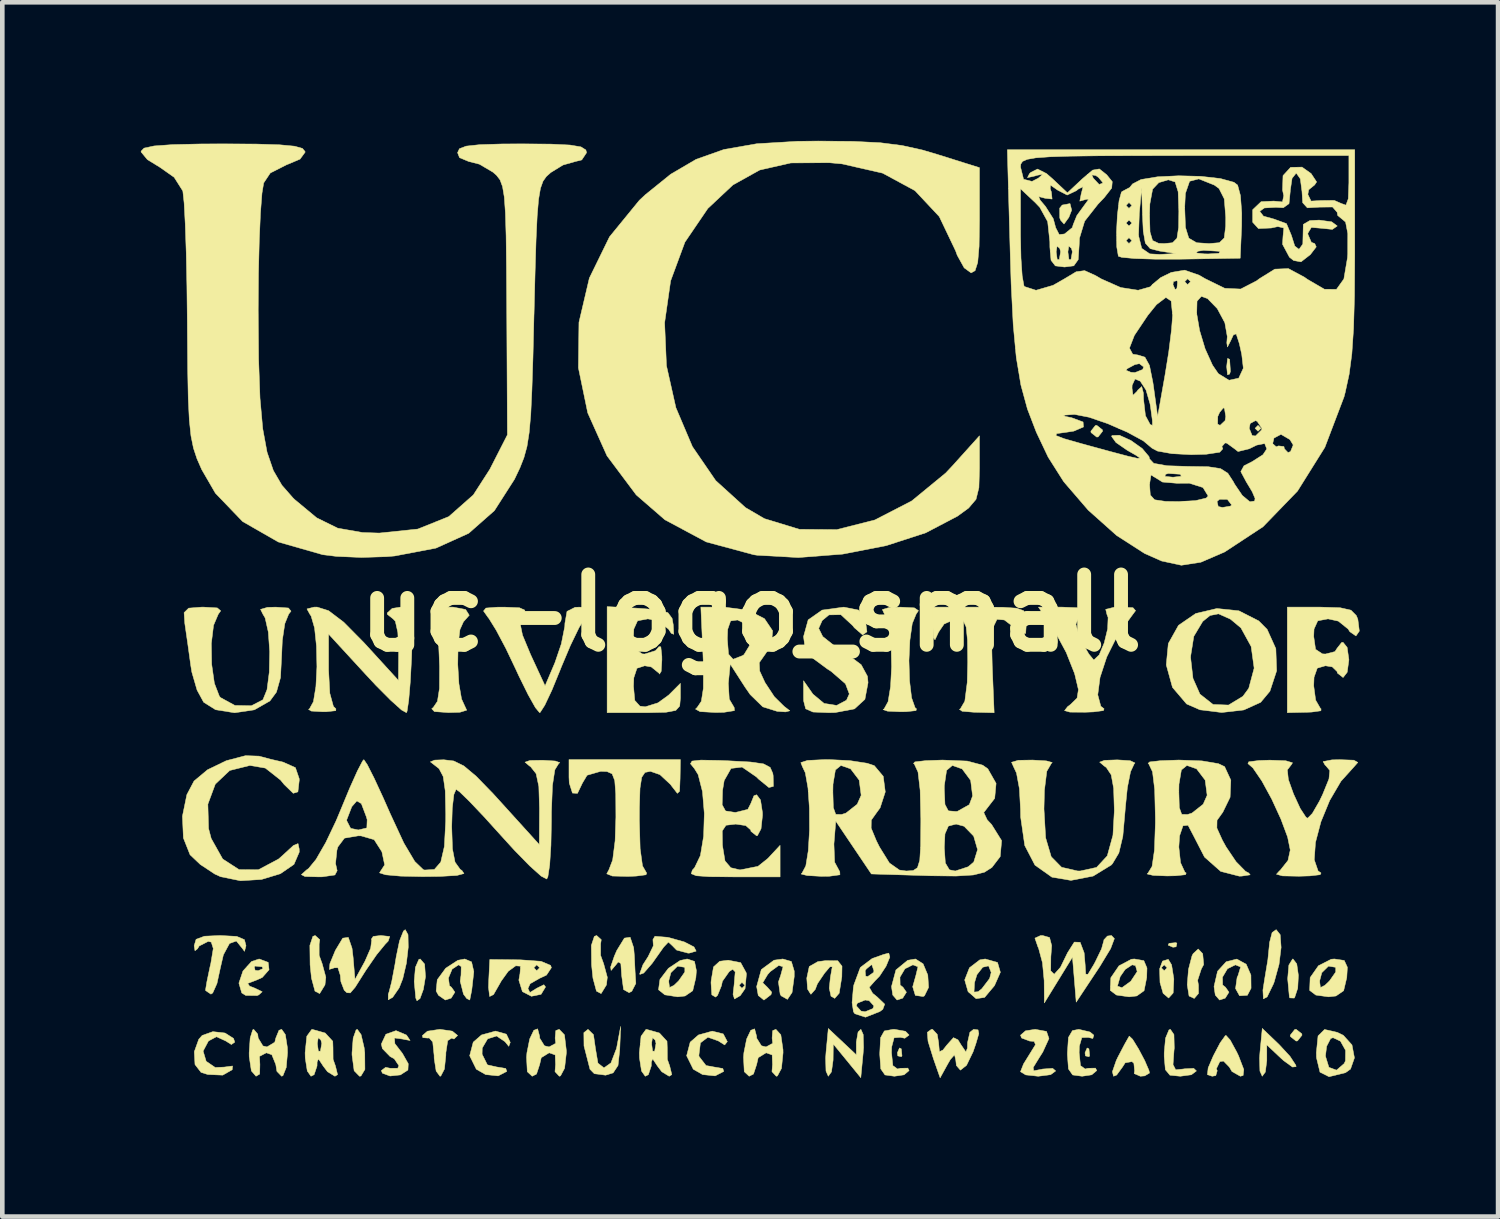
<source format=kicad_pcb>
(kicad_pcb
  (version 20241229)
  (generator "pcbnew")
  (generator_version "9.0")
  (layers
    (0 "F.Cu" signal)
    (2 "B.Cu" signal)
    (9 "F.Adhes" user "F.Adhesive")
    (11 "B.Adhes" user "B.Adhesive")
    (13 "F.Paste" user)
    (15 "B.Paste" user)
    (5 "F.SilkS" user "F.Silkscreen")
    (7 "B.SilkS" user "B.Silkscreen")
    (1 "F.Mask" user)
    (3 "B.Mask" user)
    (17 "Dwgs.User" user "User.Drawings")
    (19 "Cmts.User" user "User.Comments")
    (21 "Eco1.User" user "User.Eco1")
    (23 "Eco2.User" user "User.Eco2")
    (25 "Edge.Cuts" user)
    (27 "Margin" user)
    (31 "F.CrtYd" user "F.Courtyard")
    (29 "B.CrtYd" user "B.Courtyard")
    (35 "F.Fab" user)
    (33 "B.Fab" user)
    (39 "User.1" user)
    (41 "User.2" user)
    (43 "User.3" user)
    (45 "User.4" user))
  (footprint "uc-logo_small"
    (layer "F.Cu")
    (at 13.21 10.226)
    (property "Reference" "uc-logo_small" (at 0 0 0) (layer "F.SilkS") (effects (font (size 1.524 1.524) (thickness 0.3))))
    (attr through_hole)
    (fp_poly (pts (xy 11.049 -4) (xy 10.986 -3.937) (xy 10.922 -4) (xy 10.986 -4.064) (xy 11.049 -4)) (stroke (width 0.01) (type solid)) (fill yes) (layer "F.SilkS"))
    (fp_poly (pts (xy 3.26 9.44) (xy 3.275 9.591) (xy 3.26 9.61) (xy 3.184 9.592) (xy 3.175 9.525) (xy 3.221 9.42) (xy 3.26 9.44)) (stroke (width 0.01) (type solid)) (fill yes) (layer "F.SilkS"))
    (fp_poly (pts (xy 7.324 9.44) (xy 7.339 9.591) (xy 7.324 9.61) (xy 7.248 9.592) (xy 7.239 9.525) (xy 7.285 9.42) (xy 7.324 9.44)) (stroke (width 0.01) (type solid)) (fill yes) (layer "F.SilkS"))
    (fp_poly (pts (xy 9.229 7.154) (xy 9.211 7.23) (xy 9.144 7.239) (xy 9.039 7.193) (xy 9.059 7.154) (xy 9.21 7.139) (xy 9.229 7.154)) (stroke (width 0.01) (type solid)) (fill yes) (layer "F.SilkS"))
    (fp_poly (pts (xy 10.371 -5.493) (xy 10.388 -5.233) (xy 10.371 -5.175) (xy 10.325 -5.159) (xy 10.307 -5.334) (xy 10.327 -5.514) (xy 10.371 -5.493)) (stroke (width 0.01) (type solid)) (fill yes) (layer "F.SilkS"))
    (fp_poly (pts (xy 6.95 -8.725) (xy 6.889 -8.568) (xy 6.784 -8.424) (xy 6.711 -8.507) (xy 6.692 -8.555) (xy 6.69 -8.768) (xy 6.745 -8.835) (xy 6.914 -8.867) (xy 6.95 -8.725)) (stroke (width 0.01) (type solid)) (fill yes) (layer "F.SilkS"))
    (fp_poly (pts (xy 7.616 -3.967) (xy 7.62 -3.937) (xy 7.523 -3.814) (xy 7.493 -3.81) (xy 7.37 -3.907) (xy 7.366 -3.937) (xy 7.463 -4.06) (xy 7.493 -4.064) (xy 7.616 -3.967)) (stroke (width 0.01) (type solid)) (fill yes) (layer "F.SilkS"))
    (fp_poly (pts (xy 11.934 9.114) (xy 11.938 9.144) (xy 11.841 9.267) (xy 11.811 9.271) (xy 11.688 9.174) (xy 11.684 9.144) (xy 11.781 9.021) (xy 11.811 9.017) (xy 11.934 9.114)) (stroke (width 0.01) (type solid)) (fill yes) (layer "F.SilkS"))
    (fp_poly (pts (xy -7.064 7.604) (xy -7.045 7.877) (xy -7.091 8.153) (xy -7.163 8.349) (xy -7.23 8.399) (xy -7.255 8.34) (xy -7.289 7.981) (xy -7.263 7.674) (xy -7.189 7.504) (xy -7.159 7.493) (xy -7.064 7.604)) (stroke (width 0.01) (type solid)) (fill yes) (layer "F.SilkS"))
    (fp_poly (pts (xy 11.825 7.6) (xy 11.86 7.848) (xy 11.846 8.126) (xy 11.78 8.326) (xy 11.768 8.34) (xy 11.672 8.336) (xy 11.664 8.308) (xy 11.628 7.922) (xy 11.654 7.625) (xy 11.734 7.494) (xy 11.743 7.493) (xy 11.825 7.6)) (stroke (width 0.01) (type solid)) (fill yes) (layer "F.SilkS"))
    (fp_poly (pts (xy -8.44 9.13) (xy -8.374 9.411) (xy -8.36 9.525) (xy -8.357 9.885) (xy -8.443 10.028) (xy -8.474 10.033) (xy -8.59 9.914) (xy -8.636 9.571) (xy -8.636 9.525) (xy -8.611 9.207) (xy -8.548 9.03) (xy -8.522 9.017) (xy -8.44 9.13)) (stroke (width 0.01) (type solid)) (fill yes) (layer "F.SilkS"))
    (fp_poly (pts (xy -9.334 7.076) (xy -9.348 7.166) (xy -9.348 7.415) (xy -9.281 7.601) (xy -9.203 7.889) (xy -9.222 8.055) (xy -9.337 8.243) (xy -9.438 8.19) (xy -9.514 7.909) (xy -9.544 7.62) (xy -9.549 7.199) (xy -9.484 7.004) (xy -9.434 6.985) (xy -9.334 7.076)) (stroke (width 0.01) (type solid)) (fill yes) (layer "F.SilkS"))
    (fp_poly (pts (xy -3.238 7.076) (xy -3.252 7.166) (xy -3.252 7.415) (xy -3.185 7.601) (xy -3.107 7.889) (xy -3.126 8.055) (xy -3.241 8.243) (xy -3.342 8.19) (xy -3.418 7.909) (xy -3.448 7.62) (xy -3.453 7.199) (xy -3.388 7.004) (xy -3.338 6.985) (xy -3.238 7.076)) (stroke (width 0.01) (type solid)) (fill yes) (layer "F.SilkS"))
    (fp_poly (pts (xy 9.788 7.38) (xy 9.809 7.614) (xy 9.758 7.709) (xy 9.678 7.955) (xy 9.696 8.059) (xy 9.697 8.24) (xy 9.605 8.348) (xy 9.495 8.297) (xy 9.491 8.289) (xy 9.453 8.052) (xy 9.48 7.717) (xy 9.556 7.426) (xy 9.581 7.378) (xy 9.691 7.277) (xy 9.788 7.38)) (stroke (width 0.01) (type solid)) (fill yes) (layer "F.SilkS"))
    (fp_poly (pts (xy 11.466 6.967) (xy 11.486 7.243) (xy 11.441 7.61) (xy 11.336 7.991) (xy 11.32 8.033) (xy 11.183 8.315) (xy 11.102 8.357) (xy 11.092 8.167) (xy 11.133 7.906) (xy 11.199 7.509) (xy 11.233 7.172) (xy 11.234 7.144) (xy 11.291 6.921) (xy 11.379 6.858) (xy 11.466 6.967)) (stroke (width 0.01) (type solid)) (fill yes) (layer "F.SilkS"))
    (fp_poly (pts (xy -7.423 6.967) (xy -7.418 7.237) (xy -7.458 7.583) (xy -7.537 7.921) (xy -7.615 8.119) (xy -7.756 8.324) (xy -7.852 8.377) (xy -7.851 8.256) (xy -7.834 8.208) (xy -7.776 7.982) (xy -7.707 7.617) (xy -7.679 7.446) (xy -7.607 7.1) (xy -7.522 6.889) (xy -7.483 6.858) (xy -7.423 6.967)) (stroke (width 0.01) (type solid)) (fill yes) (layer "F.SilkS"))
    (fp_poly (pts (xy 11.444 9.348) (xy 11.678 9.601) (xy 11.804 9.793) (xy 11.811 9.825) (xy 11.733 9.834) (xy 11.54 9.694) (xy 11.493 9.652) (xy 11.176 9.354) (xy 11.176 9.693) (xy 11.144 9.943) (xy 11.077 10.033) (xy 11.027 9.921) (xy 11.019 9.64) (xy 11.028 9.515) (xy 11.078 8.997) (xy 11.444 9.348)) (stroke (width 0.01) (type solid)) (fill yes) (layer "F.SilkS"))
    (fp_poly (pts (xy -2.838 9.461) (xy -2.875 9.8) (xy -2.981 9.96) (xy -3.144 10.01) (xy -3.388 9.978) (xy -3.482 9.883) (xy -3.612 9.377) (xy -3.615 9.089) (xy -3.525 9.017) (xy -3.407 9.132) (xy -3.364 9.43) (xy -3.31 9.749) (xy -3.18 9.852) (xy -3.028 9.744) (xy -2.907 9.429) (xy -2.901 9.398) (xy -2.818 8.954) (xy -2.838 9.461)) (stroke (width 0.01) (type solid)) (fill yes) (layer "F.SilkS"))
    (fp_poly (pts (xy 2.286 9.569) (xy 2.286 9.293) (xy 2.324 9.075) (xy 2.385 9.017) (xy 2.435 9.129) (xy 2.443 9.41) (xy 2.433 9.54) (xy 2.383 10.064) (xy 2.085 9.699) (xy 1.787 9.335) (xy 1.783 9.684) (xy 1.748 9.937) (xy 1.679 10.033) (xy 1.629 9.921) (xy 1.621 9.641) (xy 1.63 9.516) (xy 1.679 8.999) (xy 2.286 9.569)) (stroke (width 0.01) (type solid)) (fill yes) (layer "F.SilkS"))
    (fp_poly (pts (xy 9.114 7.62) (xy 9.163 7.926) (xy 9.148 8.23) (xy 9.05 8.339) (xy 8.931 8.238) (xy 8.863 8.001) (xy 8.855 7.706) (xy 8.864 7.684) (xy 8.89 7.684) (xy 8.954 7.747) (xy 9.017 7.684) (xy 8.954 7.62) (xy 8.89 7.684) (xy 8.864 7.684) (xy 8.917 7.54) (xy 8.92 7.538) (xy 9.042 7.501) (xy 9.114 7.62)) (stroke (width 0.01) (type solid)) (fill yes) (layer "F.SilkS"))
    (fp_poly (pts (xy -2.536 7.25) (xy -2.521 7.429) (xy -2.505 7.773) (xy -2.49 8.01) (xy -2.489 8.022) (xy -2.577 8.193) (xy -2.635 8.223) (xy -2.755 8.156) (xy -2.796 7.853) (xy -2.814 7.591) (xy -2.872 7.558) (xy -2.921 7.62) (xy -3.025 7.742) (xy -3.035 7.667) (xy -2.954 7.43) (xy -2.901 7.308) (xy -2.737 7.041) (xy -2.612 7.023) (xy -2.536 7.25)) (stroke (width 0.01) (type solid)) (fill yes) (layer "F.SilkS"))
    (fp_poly (pts (xy 9.165 9.13) (xy 9.172 9.424) (xy 9.166 9.481) (xy 9.145 9.781) (xy 9.203 9.893) (xy 9.372 9.876) (xy 9.382 9.873) (xy 9.593 9.862) (xy 9.652 9.918) (xy 9.542 10.001) (xy 9.303 10.033) (xy 9.078 10.01) (xy 8.979 9.891) (xy 8.954 9.606) (xy 8.954 9.525) (xy 8.983 9.207) (xy 9.057 9.03) (xy 9.087 9.017) (xy 9.165 9.13)) (stroke (width 0.01) (type solid)) (fill yes) (layer "F.SilkS"))
    (fp_poly (pts (xy -5.293 9.122) (xy -5.209 9.299) (xy -5.241 9.385) (xy -5.323 9.284) (xy -5.505 9.161) (xy -5.699 9.223) (xy -5.816 9.422) (xy -5.819 9.556) (xy -5.704 9.787) (xy -5.499 9.833) (xy -5.307 9.864) (xy -5.284 9.928) (xy -5.471 10.025) (xy -5.742 9.997) (xy -5.944 9.881) (xy -6.088 9.589) (xy -6.011 9.295) (xy -5.832 9.139) (xy -5.528 9.055) (xy -5.293 9.122)) (stroke (width 0.01) (type solid)) (fill yes) (layer "F.SilkS"))
    (fp_poly (pts (xy -0.596 9.116) (xy -0.508 9.283) (xy -0.565 9.355) (xy -0.704 9.267) (xy -0.93 9.188) (xy -1.091 9.311) (xy -1.124 9.583) (xy -1.119 9.607) (xy -0.969 9.801) (xy -0.796 9.833) (xy -0.606 9.865) (xy -0.585 9.928) (xy -0.772 10.025) (xy -1.043 9.997) (xy -1.245 9.881) (xy -1.389 9.589) (xy -1.312 9.295) (xy -1.133 9.139) (xy -0.834 9.056) (xy -0.596 9.116)) (stroke (width 0.01) (type solid)) (fill yes) (layer "F.SilkS"))
    (fp_poly (pts (xy -1.811 7.023) (xy -1.77 7.031) (xy -1.439 7.124) (xy -1.23 7.232) (xy -1.182 7.323) (xy -1.332 7.366) (xy -1.361 7.366) (xy -1.607 7.3) (xy -1.697 7.207) (xy -1.784 7.127) (xy -1.889 7.239) (xy -2.138 7.591) (xy -2.319 7.798) (xy -2.402 7.828) (xy -2.405 7.811) (xy -2.335 7.618) (xy -2.223 7.443) (xy -2.11 7.208) (xy -2.119 7.073) (xy -2.076 7.002) (xy -1.811 7.023)) (stroke (width 0.01) (type solid)) (fill yes) (layer "F.SilkS"))
    (fp_poly (pts (xy 1.884 7.532) (xy 1.976 7.649) (xy 1.972 7.879) (xy 1.915 8.235) (xy 1.818 8.346) (xy 1.738 8.3) (xy 1.7 8.127) (xy 1.725 7.887) (xy 1.765 7.662) (xy 1.714 7.663) (xy 1.596 7.803) (xy 1.443 8.03) (xy 1.397 8.152) (xy 1.306 8.255) (xy 1.298 8.255) (xy 1.23 8.146) (xy 1.213 7.908) (xy 1.267 7.656) (xy 1.452 7.551) (xy 1.615 7.53) (xy 1.884 7.532)) (stroke (width 0.01) (type solid)) (fill yes) (layer "F.SilkS"))
    (fp_poly (pts (xy 10.383 9.249) (xy 10.523 9.505) (xy 10.563 9.588) (xy 10.678 9.888) (xy 10.663 10.017) (xy 10.603 10.033) (xy 10.422 9.931) (xy 10.365 9.834) (xy 10.238 9.704) (xy 10.159 9.716) (xy 10.085 9.868) (xy 10.102 9.915) (xy 10.071 10.019) (xy 9.993 10.033) (xy 9.89 9.998) (xy 9.906 9.852) (xy 10.017 9.593) (xy 10.166 9.309) (xy 10.276 9.156) (xy 10.292 9.148) (xy 10.383 9.249)) (stroke (width 0.01) (type solid)) (fill yes) (layer "F.SilkS"))
    (fp_poly (pts (xy -11.386 9.097) (xy -11.202 9.214) (xy -11.176 9.295) (xy -11.249 9.346) (xy -11.367 9.271) (xy -11.571 9.177) (xy -11.745 9.269) (xy -11.861 9.488) (xy -11.795 9.709) (xy -11.599 9.843) (xy -11.406 9.835) (xy -11.223 9.811) (xy -11.231 9.892) (xy -11.436 10.009) (xy -11.761 9.995) (xy -11.906 9.949) (xy -12.037 9.779) (xy -12.052 9.502) (xy -11.955 9.232) (xy -11.881 9.149) (xy -11.65 9.067) (xy -11.386 9.097)) (stroke (width 0.01) (type solid)) (fill yes) (layer "F.SilkS"))
    (fp_poly (pts (xy -6.175 -0.075) (xy -6.097 0.049) (xy -6.223 0.191) (xy -6.299 0.36) (xy -6.339 0.696) (xy -6.346 1.115) (xy -6.321 1.532) (xy -6.264 1.862) (xy -6.198 2.007) (xy -6.152 2.105) (xy -6.299 2.15) (xy -6.547 2.157) (xy -6.852 2.135) (xy -6.91 2.074) (xy -6.876 2.046) (xy -6.786 1.913) (xy -6.742 1.632) (xy -6.74 1.158) (xy -6.75 0.905) (xy -6.796 -0.127) (xy -6.446 -0.127) (xy -6.175 -0.075)) (stroke (width 0.01) (type solid)) (fill yes) (layer "F.SilkS"))
    (fp_poly (pts (xy 7.347 9.075) (xy 7.429 9.143) (xy 7.408 9.215) (xy 7.309 9.192) (xy 7.17 9.196) (xy 7.116 9.383) (xy 7.112 9.525) (xy 7.141 9.803) (xy 7.243 9.876) (xy 7.303 9.86) (xy 7.466 9.857) (xy 7.493 9.91) (xy 7.384 10.002) (xy 7.176 10.033) (xy 6.971 10.005) (xy 6.88 9.874) (xy 6.858 9.569) (xy 6.858 9.525) (xy 6.88 9.192) (xy 6.967 9.044) (xy 7.105 9.017) (xy 7.347 9.075)) (stroke (width 0.01) (type solid)) (fill yes) (layer "F.SilkS"))
    (fp_poly (pts (xy 8.27 9.233) (xy 8.398 9.441) (xy 8.533 9.696) (xy 8.623 9.905) (xy 8.636 9.963) (xy 8.532 10.025) (xy 8.438 10.033) (xy 8.304 9.975) (xy 8.313 9.915) (xy 8.297 9.752) (xy 8.256 9.716) (xy 8.109 9.742) (xy 8.05 9.834) (xy 7.924 10.007) (xy 7.857 10.033) (xy 7.832 9.935) (xy 7.915 9.694) (xy 7.95 9.62) (xy 8.098 9.338) (xy 8.191 9.174) (xy 8.198 9.164) (xy 8.27 9.233)) (stroke (width 0.01) (type solid)) (fill yes) (layer "F.SilkS"))
    (fp_poly (pts (xy -6.464 9.056) (xy -6.35 9.15) (xy -6.35 9.151) (xy -6.428 9.227) (xy -6.477 9.207) (xy -6.563 9.261) (xy -6.603 9.52) (xy -6.604 9.581) (xy -6.635 9.878) (xy -6.713 10.028) (xy -6.731 10.033) (xy -6.814 9.921) (xy -6.857 9.646) (xy -6.858 9.581) (xy -6.888 9.292) (xy -6.968 9.2) (xy -6.985 9.207) (xy -7.102 9.197) (xy -7.112 9.151) (xy -7.002 9.057) (xy -6.736 9.017) (xy -6.731 9.017) (xy -6.464 9.056)) (stroke (width 0.01) (type solid)) (fill yes) (layer "F.SilkS"))
    (fp_poly (pts (xy 3.35 9.059) (xy 3.429 9.14) (xy 3.336 9.21) (xy 3.239 9.19) (xy 3.104 9.2) (xy 3.051 9.4) (xy 3.048 9.525) (xy 3.077 9.803) (xy 3.179 9.876) (xy 3.239 9.86) (xy 3.402 9.857) (xy 3.429 9.91) (xy 3.32 10.002) (xy 3.111 10.033) (xy 2.907 10.005) (xy 2.816 9.874) (xy 2.794 9.569) (xy 2.794 9.525) (xy 2.811 9.198) (xy 2.893 9.052) (xy 3.084 9.017) (xy 3.111 9.017) (xy 3.35 9.059)) (stroke (width 0.01) (type solid)) (fill yes) (layer "F.SilkS"))
    (fp_poly (pts (xy 3.732 7.598) (xy 3.834 7.841) (xy 3.851 8.109) (xy 3.761 8.292) (xy 3.732 8.306) (xy 3.564 8.282) (xy 3.507 8.096) (xy 3.578 7.842) (xy 3.621 7.662) (xy 3.511 7.62) (xy 3.339 7.705) (xy 3.231 7.887) (xy 3.235 8.057) (xy 3.296 8.105) (xy 3.371 8.213) (xy 3.29 8.342) (xy 3.168 8.382) (xy 3.075 8.274) (xy 3.048 8.09) (xy 3.144 7.731) (xy 3.398 7.522) (xy 3.567 7.493) (xy 3.732 7.598)) (stroke (width 0.01) (type solid)) (fill yes) (layer "F.SilkS"))
    (fp_poly (pts (xy 5.344 7.569) (xy 5.406 7.781) (xy 5.279 8.07) (xy 5.064 8.326) (xy 4.88 8.353) (xy 4.717 8.21) (xy 4.835 8.21) (xy 4.923 8.202) (xy 5.004 8.138) (xy 5.173 7.916) (xy 5.207 7.784) (xy 5.15 7.642) (xy 5.024 7.672) (xy 4.898 7.833) (xy 4.846 8.005) (xy 4.835 8.21) (xy 4.717 8.21) (xy 4.706 8.2) (xy 4.633 7.947) (xy 4.736 7.684) (xy 4.959 7.513) (xy 5.077 7.493) (xy 5.344 7.569)) (stroke (width 0.01) (type solid)) (fill yes) (layer "F.SilkS"))
    (fp_poly (pts (xy 10.73 7.607) (xy 10.832 7.842) (xy 10.835 8.128) (xy 10.755 8.28) (xy 10.586 8.29) (xy 10.499 8.134) (xy 10.533 7.893) (xy 10.554 7.849) (xy 10.609 7.666) (xy 10.496 7.62) (xy 10.324 7.705) (xy 10.216 7.887) (xy 10.22 8.057) (xy 10.281 8.105) (xy 10.356 8.213) (xy 10.275 8.342) (xy 10.153 8.382) (xy 10.06 8.274) (xy 10.033 8.09) (xy 10.11 7.758) (xy 10.297 7.553) (xy 10.526 7.495) (xy 10.73 7.607)) (stroke (width 0.01) (type solid)) (fill yes) (layer "F.SilkS"))
    (fp_poly (pts (xy -6.047 7.556) (xy -5.998 7.768) (xy -6.043 8.167) (xy -6.086 8.382) (xy -6.152 8.349) (xy -6.222 8.255) (xy -6.293 7.975) (xy -6.275 7.842) (xy -6.271 7.658) (xy -6.328 7.62) (xy -6.468 7.713) (xy -6.548 7.906) (xy -6.526 8.074) (xy -6.483 8.105) (xy -6.408 8.212) (xy -6.489 8.341) (xy -6.615 8.382) (xy -6.763 8.28) (xy -6.814 8.187) (xy -6.79 7.943) (xy -6.607 7.693) (xy -6.344 7.522) (xy -6.196 7.493) (xy -6.047 7.556)) (stroke (width 0.01) (type solid)) (fill yes) (layer "F.SilkS"))
    (fp_poly (pts (xy -1.219 7.545) (xy -1.178 7.744) (xy -1.189 7.895) (xy -1.257 8.181) (xy -1.423 8.295) (xy -1.583 8.313) (xy -1.861 8.27) (xy -1.998 8.16) (xy -1.972 7.972) (xy -1.778 7.972) (xy -1.76 8.111) (xy -1.664 8.065) (xy -1.563 7.968) (xy -1.428 7.775) (xy -1.428 7.674) (xy -1.585 7.648) (xy -1.73 7.79) (xy -1.778 7.972) (xy -1.972 7.972) (xy -1.967 7.936) (xy -1.784 7.696) (xy -1.529 7.526) (xy -1.378 7.493) (xy -1.219 7.545)) (stroke (width 0.01) (type solid)) (fill yes) (layer "F.SilkS"))
    (fp_poly (pts (xy 8.513 7.529) (xy 8.581 7.689) (xy 8.575 7.895) (xy 8.518 8.181) (xy 8.36 8.294) (xy 8.194 8.313) (xy 7.919 8.274) (xy 7.786 8.174) (xy 7.79 8.081) (xy 7.941 8.081) (xy 8.039 8.115) (xy 8.23 7.976) (xy 8.369 7.766) (xy 8.332 7.636) (xy 8.259 7.62) (xy 8.109 7.719) (xy 8.001 7.874) (xy 7.941 8.081) (xy 7.79 8.081) (xy 7.798 7.899) (xy 7.975 7.641) (xy 8.243 7.499) (xy 8.308 7.493) (xy 8.513 7.529)) (stroke (width 0.01) (type solid)) (fill yes) (layer "F.SilkS"))
    (fp_poly (pts (xy 12.853 7.525) (xy 12.921 7.672) (xy 12.908 7.895) (xy 12.84 8.181) (xy 12.674 8.295) (xy 12.514 8.313) (xy 12.238 8.275) (xy 12.104 8.174) (xy 12.112 7.972) (xy 12.319 7.972) (xy 12.337 8.111) (xy 12.433 8.065) (xy 12.534 7.968) (xy 12.669 7.775) (xy 12.669 7.674) (xy 12.512 7.648) (xy 12.367 7.79) (xy 12.319 7.972) (xy 12.112 7.972) (xy 12.115 7.896) (xy 12.295 7.639) (xy 12.571 7.499) (xy 12.64 7.493) (xy 12.853 7.525)) (stroke (width 0.01) (type solid)) (fill yes) (layer "F.SilkS"))
    (fp_poly (pts (xy -7.458 9.14) (xy -7.453 9.146) (xy -7.378 9.258) (xy -7.511 9.235) (xy -7.525 9.23) (xy -7.717 9.204) (xy -7.708 9.327) (xy -7.544 9.539) (xy -7.418 9.762) (xy -7.425 9.898) (xy -7.588 10.004) (xy -7.813 10.028) (xy -7.979 9.966) (xy -8.001 9.91) (xy -7.908 9.84) (xy -7.811 9.86) (xy -7.647 9.861) (xy -7.62 9.806) (xy -7.721 9.655) (xy -7.811 9.606) (xy -7.979 9.434) (xy -8.001 9.335) (xy -7.902 9.123) (xy -7.683 9.045) (xy -7.458 9.14)) (stroke (width 0.01) (type solid)) (fill yes) (layer "F.SilkS"))
    (fp_poly (pts (xy 0.879 7.547) (xy 0.941 7.754) (xy 0.941 7.875) (xy 0.894 8.22) (xy 0.794 8.368) (xy 0.659 8.292) (xy 0.637 8.258) (xy 0.599 7.991) (xy 0.648 7.849) (xy 0.699 7.661) (xy 0.606 7.633) (xy 0.423 7.766) (xy 0.365 7.831) (xy 0.259 8.009) (xy 0.348 8.095) (xy 0.35 8.096) (xy 0.453 8.212) (xy 0.438 8.266) (xy 0.285 8.383) (xy 0.162 8.284) (xy 0.127 8.09) (xy 0.228 7.723) (xy 0.503 7.52) (xy 0.692 7.493) (xy 0.879 7.547)) (stroke (width 0.01) (type solid)) (fill yes) (layer "F.SilkS"))
    (fp_poly (pts (xy -10.452 7.566) (xy -10.433 7.727) (xy -10.579 7.893) (xy -10.7 7.948) (xy -10.895 8.022) (xy -10.857 8.08) (xy -10.741 8.125) (xy -10.581 8.203) (xy -10.656 8.271) (xy -10.694 8.286) (xy -10.937 8.283) (xy -11.024 8.229) (xy -11.086 8.016) (xy -10.998 7.754) (xy -10.915 7.662) (xy -10.753 7.662) (xy -10.735 7.738) (xy -10.668 7.747) (xy -10.563 7.701) (xy -10.583 7.662) (xy -10.734 7.647) (xy -10.753 7.662) (xy -10.915 7.662) (xy -10.812 7.548) (xy -10.648 7.493) (xy -10.452 7.566)) (stroke (width 0.01) (type solid)) (fill yes) (layer "F.SilkS"))
    (fp_poly (pts (xy 6.405 9.062) (xy 6.458 9.216) (xy 6.324 9.51) (xy 6.257 9.615) (xy 6.116 9.844) (xy 6.129 9.915) (xy 6.309 9.88) (xy 6.321 9.877) (xy 6.538 9.862) (xy 6.604 9.918) (xy 6.494 9.999) (xy 6.228 10.033) (xy 6.223 10.033) (xy 5.955 10.004) (xy 5.842 9.935) (xy 5.842 9.934) (xy 5.908 9.766) (xy 6.04 9.553) (xy 6.166 9.349) (xy 6.137 9.278) (xy 6.04 9.271) (xy 5.866 9.205) (xy 5.842 9.144) (xy 5.951 9.049) (xy 6.16 9.017) (xy 6.405 9.062)) (stroke (width 0.01) (type solid)) (fill yes) (layer "F.SilkS"))
    (fp_poly (pts (xy 12.703 9.083) (xy 12.835 9.148) (xy 13.021 9.355) (xy 13.074 9.635) (xy 12.989 9.878) (xy 12.88 9.956) (xy 12.524 10.043) (xy 12.328 9.945) (xy 12.253 9.636) (xy 12.252 9.596) (xy 12.446 9.596) (xy 12.521 9.84) (xy 12.686 9.901) (xy 12.852 9.758) (xy 12.879 9.699) (xy 12.882 9.472) (xy 12.771 9.273) (xy 12.611 9.198) (xy 12.559 9.216) (xy 12.472 9.384) (xy 12.446 9.596) (xy 12.252 9.596) (xy 12.249 9.525) (xy 12.286 9.16) (xy 12.427 9.02) (xy 12.703 9.083)) (stroke (width 0.01) (type solid)) (fill yes) (layer "F.SilkS"))
    (fp_poly (pts (xy 3.544 -0.111) (xy 3.632 -0.051) (xy 3.581 0.025) (xy 3.497 0.229) (xy 3.446 0.59) (xy 3.426 1.029) (xy 3.439 1.47) (xy 3.483 1.837) (xy 3.559 2.052) (xy 3.588 2.075) (xy 3.579 2.114) (xy 3.368 2.137) (xy 3.239 2.139) (xy 2.962 2.126) (xy 2.865 2.092) (xy 2.889 2.075) (xy 2.974 1.921) (xy 3.028 1.592) (xy 3.05 1.165) (xy 3.04 0.717) (xy 2.999 0.325) (xy 2.924 0.066) (xy 2.896 0.025) (xy 2.85 -0.074) (xy 2.997 -0.119) (xy 3.239 -0.127) (xy 3.544 -0.111)) (stroke (width 0.01) (type solid)) (fill yes) (layer "F.SilkS"))
    (fp_poly (pts (xy -11.133 7.004) (xy -10.966 7.075) (xy -10.932 7.207) (xy -10.965 7.328) (xy -11.006 7.271) (xy -11.141 7.104) (xy -11.29 7.158) (xy -11.422 7.404) (xy -11.487 7.684) (xy -11.561 8.024) (xy -11.652 8.228) (xy -11.692 8.255) (xy -11.806 8.178) (xy -11.808 8.16) (xy -11.779 7.984) (xy -11.713 7.669) (xy -11.694 7.588) (xy -11.641 7.266) (xy -11.685 7.128) (xy -11.75 7.112) (xy -11.946 7.212) (xy -11.981 7.271) (xy -12.037 7.315) (xy -12.055 7.207) (xy -12.013 7.067) (xy -11.832 7) (xy -11.493 6.985) (xy -11.133 7.004)) (stroke (width 0.01) (type solid)) (fill yes) (layer "F.SilkS"))
    (fp_poly (pts (xy -10.08 9.13) (xy -10.036 9.411) (xy -10.033 9.525) (xy -10.061 9.843) (xy -10.132 10.02) (xy -10.16 10.033) (xy -10.263 9.927) (xy -10.287 9.779) (xy -10.373 9.567) (xy -10.492 9.525) (xy -10.64 9.603) (xy -10.631 9.779) (xy -10.636 9.986) (xy -10.715 10.033) (xy -10.816 9.917) (xy -10.863 9.606) (xy -10.864 9.525) (xy -10.842 9.207) (xy -10.788 9.03) (xy -10.766 9.017) (xy -10.679 9.12) (xy -10.668 9.207) (xy -10.566 9.376) (xy -10.477 9.398) (xy -10.309 9.296) (xy -10.287 9.207) (xy -10.218 9.038) (xy -10.16 9.017) (xy -10.08 9.13)) (stroke (width 0.01) (type solid)) (fill yes) (layer "F.SilkS"))
    (fp_poly (pts (xy -7.819 7.006) (xy -7.851 7.104) (xy -7.916 7.172) (xy -8.103 7.4) (xy -8.33 7.729) (xy -8.38 7.807) (xy -8.567 8.104) (xy -8.673 8.228) (xy -8.747 8.224) (xy -8.805 8.17) (xy -8.877 7.984) (xy -8.89 7.845) (xy -8.942 7.683) (xy -9.017 7.684) (xy -9.126 7.719) (xy -9.115 7.594) (xy -8.997 7.308) (xy -8.837 7.042) (xy -8.716 7.026) (xy -8.636 7.26) (xy -8.612 7.461) (xy -8.572 7.938) (xy -8.355 7.541) (xy -8.232 7.259) (xy -8.209 7.079) (xy -8.218 7.065) (xy -8.177 7.004) (xy -8.013 6.985) (xy -7.819 7.006)) (stroke (width 0.01) (type solid)) (fill yes) (layer "F.SilkS"))
    (fp_poly (pts (xy -4.573 9.168) (xy -4.572 9.207) (xy -4.469 9.373) (xy -4.368 9.398) (xy -4.224 9.32) (xy -4.237 9.207) (xy -4.223 9.044) (xy -4.149 9.017) (xy -4.035 9.136) (xy -3.994 9.481) (xy -3.994 9.525) (xy -4.032 9.859) (xy -4.12 10.025) (xy -4.147 10.033) (xy -4.24 9.933) (xy -4.228 9.779) (xy -4.236 9.571) (xy -4.367 9.525) (xy -4.538 9.631) (xy -4.572 9.779) (xy -4.64 9.985) (xy -4.734 10.033) (xy -4.84 9.935) (xy -4.856 9.624) (xy -4.848 9.525) (xy -4.788 9.225) (xy -4.699 9.038) (xy -4.616 9.006) (xy -4.573 9.168)) (stroke (width 0.01) (type solid)) (fill yes) (layer "F.SilkS"))
    (fp_poly (pts (xy -0.219 7.572) (xy -0.1 7.79) (xy -0.094 7.819) (xy -0.124 8.138) (xy -0.227 8.286) (xy -0.352 8.36) (xy -0.384 8.261) (xy -0.362 8.065) (xy -0.254 8.065) (xy -0.191 8.128) (xy -0.127 8.065) (xy -0.191 8.001) (xy -0.254 8.065) (xy -0.362 8.065) (xy -0.359 8.035) (xy -0.337 7.772) (xy -0.392 7.716) (xy -0.467 7.766) (xy -0.615 7.977) (xy -0.635 8.073) (xy -0.72 8.282) (xy -0.763 8.319) (xy -0.844 8.269) (xy -0.861 8.008) (xy -0.858 7.964) (xy -0.807 7.665) (xy -0.673 7.543) (xy -0.489 7.52) (xy -0.219 7.572)) (stroke (width 0.01) (type solid)) (fill yes) (layer "F.SilkS"))
    (fp_poly (pts (xy 0.126 9.168) (xy 0.127 9.207) (xy 0.23 9.373) (xy 0.331 9.398) (xy 0.475 9.32) (xy 0.462 9.207) (xy 0.474 9.045) (xy 0.544 9.017) (xy 0.651 9.135) (xy 0.698 9.459) (xy 0.699 9.525) (xy 0.665 9.863) (xy 0.577 10.027) (xy 0.552 10.033) (xy 0.459 9.933) (xy 0.471 9.779) (xy 0.463 9.571) (xy 0.332 9.525) (xy 0.161 9.631) (xy 0.127 9.779) (xy 0.059 9.985) (xy -0.035 10.033) (xy -0.141 9.935) (xy -0.157 9.624) (xy -0.149 9.525) (xy -0.089 9.225) (xy -0.000285 9.038) (xy 0.083 9.006) (xy 0.126 9.168)) (stroke (width 0.01) (type solid)) (fill yes) (layer "F.SilkS"))
    (fp_poly (pts (xy -9.217 9.097) (xy -9.053 9.275) (xy -9.048 9.415) (xy -9.046 9.667) (xy -8.995 9.811) (xy -8.949 9.998) (xy -9.006 10.033) (xy -9.166 9.936) (xy -9.261 9.811) (xy -9.363 9.656) (xy -9.392 9.724) (xy -9.394 9.811) (xy -9.457 9.999) (xy -9.525 10.033) (xy -9.605 9.92) (xy -9.649 9.639) (xy -9.652 9.525) (xy -9.631 9.324) (xy -9.388 9.324) (xy -9.365 9.489) (xy -9.321 9.491) (xy -9.291 9.321) (xy -9.311 9.247) (xy -9.368 9.199) (xy -9.388 9.324) (xy -9.631 9.324) (xy -9.615 9.166) (xy -9.51 9.021) (xy -9.493 9.019) (xy -9.217 9.097)) (stroke (width 0.01) (type solid)) (fill yes) (layer "F.SilkS"))
    (fp_poly (pts (xy -1.978 9.097) (xy -1.814 9.275) (xy -1.809 9.415) (xy -1.807 9.667) (xy -1.756 9.811) (xy -1.71 9.998) (xy -1.767 10.033) (xy -1.927 9.936) (xy -2.022 9.811) (xy -2.124 9.656) (xy -2.153 9.724) (xy -2.155 9.811) (xy -2.218 9.999) (xy -2.286 10.033) (xy -2.366 9.92) (xy -2.41 9.639) (xy -2.413 9.525) (xy -2.392 9.324) (xy -2.149 9.324) (xy -2.126 9.489) (xy -2.082 9.491) (xy -2.052 9.321) (xy -2.072 9.247) (xy -2.129 9.199) (xy -2.149 9.324) (xy -2.392 9.324) (xy -2.376 9.166) (xy -2.271 9.021) (xy -2.254 9.019) (xy -1.978 9.097)) (stroke (width 0.01) (type solid)) (fill yes) (layer "F.SilkS"))
    (fp_poly (pts (xy 4.922 9.029) (xy 4.939 9.11) (xy 4.875 9.329) (xy 4.814 9.506) (xy 4.673 9.796) (xy 4.54 9.901) (xy 4.453 9.801) (xy 4.44 9.684) (xy 4.413 9.568) (xy 4.323 9.67) (xy 4.268 9.764) (xy 4.101 10.067) (xy 3.955 9.65) (xy 3.839 9.275) (xy 3.824 9.081) (xy 3.911 9.018) (xy 3.937 9.017) (xy 4.038 9.125) (xy 4.068 9.303) (xy 4.085 9.501) (xy 4.162 9.465) (xy 4.247 9.357) (xy 4.39 9.197) (xy 4.487 9.244) (xy 4.557 9.357) (xy 4.659 9.506) (xy 4.692 9.424) (xy 4.695 9.303) (xy 4.746 9.08) (xy 4.826 9.017) (xy 4.922 9.029)) (stroke (width 0.01) (type solid)) (fill yes) (layer "F.SilkS"))
    (fp_poly (pts (xy 5.457 -0.124) (xy 5.758 -0.104) (xy 5.91 -0.049) (xy 5.963 0.057) (xy 5.969 0.21) (xy 5.954 0.441) (xy 5.871 0.449) (xy 5.737 0.337) (xy 5.492 0.151) (xy 5.333 0.137) (xy 5.246 0.316) (xy 5.219 0.709) (xy 5.229 1.143) (xy 5.271 2.16) (xy 4.826 2.149) (xy 4.578 2.128) (xy 4.519 2.087) (xy 4.54 2.075) (xy 4.636 1.91) (xy 4.688 1.505) (xy 4.699 1.069) (xy 4.693 0.586) (xy 4.665 0.303) (xy 4.602 0.168) (xy 4.487 0.128) (xy 4.441 0.127) (xy 4.188 0.238) (xy 4.068 0.413) (xy 3.99 0.58) (xy 3.956 0.536) (xy 3.945 0.286) (xy 3.937 -0.127) (xy 4.953 -0.127) (xy 5.457 -0.124)) (stroke (width 0.01) (type solid)) (fill yes) (layer "F.SilkS"))
    (fp_poly (pts (xy -4.985 7.512) (xy -4.542 7.544) (xy -4.336 7.631) (xy -4.318 7.682) (xy -4.424 7.842) (xy -4.572 7.911) (xy -4.778 8.029) (xy -4.826 8.132) (xy -4.784 8.22) (xy -4.636 8.128) (xy -4.481 8.051) (xy -4.445 8.099) (xy -4.542 8.259) (xy -4.751 8.301) (xy -4.946 8.2) (xy -5.023 7.951) (xy -4.998 7.809) (xy -4.988 7.684) (xy -4.699 7.684) (xy -4.636 7.747) (xy -4.572 7.684) (xy -4.636 7.62) (xy -4.699 7.684) (xy -4.988 7.684) (xy -4.985 7.649) (xy -5.09 7.641) (xy -5.252 7.759) (xy -5.408 7.976) (xy -5.41 7.982) (xy -5.571 8.264) (xy -5.656 8.306) (xy -5.68 8.108) (xy -5.675 7.956) (xy -5.652 7.504) (xy -4.985 7.512)) (stroke (width 0.01) (type solid)) (fill yes) (layer "F.SilkS"))
    (fp_poly (pts (xy 7.875 7.052) (xy 7.794 7.268) (xy 7.56 7.655) (xy 7.526 7.706) (xy 7.048 8.428) (xy 7.008 7.941) (xy 6.967 7.454) (xy 6.358 8.445) (xy 6.354 7.961) (xy 6.317 7.573) (xy 6.233 7.26) (xy 6.219 7.231) (xy 6.154 7.042) (xy 6.276 6.986) (xy 6.32 6.985) (xy 6.471 7.028) (xy 6.517 7.203) (xy 6.499 7.447) (xy 6.496 7.75) (xy 6.572 7.824) (xy 6.708 7.672) (xy 6.86 7.36) (xy 7.007 7.127) (xy 7.134 7.132) (xy 7.22 7.36) (xy 7.242 7.62) (xy 7.254 7.821) (xy 7.302 7.825) (xy 7.426 7.62) (xy 7.461 7.556) (xy 7.597 7.274) (xy 7.648 7.09) (xy 7.647 7.08) (xy 7.724 6.997) (xy 7.812 6.985) (xy 7.875 7.052)) (stroke (width 0.01) (type solid)) (fill yes) (layer "F.SilkS"))
    (fp_poly (pts (xy 10.572 -0.047) (xy 11.001 0.171) (xy 11.183 0.354) (xy 11.372 0.772) (xy 11.389 1.252) (xy 11.243 1.695) (xy 11.043 1.935) (xy 10.678 2.1) (xy 10.2 2.155) (xy 9.729 2.097) (xy 9.439 1.97) (xy 9.133 1.611) (xy 8.999 1.125) (xy 9.015 0.951) (xy 9.524 0.951) (xy 9.577 1.416) (xy 9.728 1.757) (xy 10.012 1.981) (xy 10.347 1.994) (xy 10.659 1.804) (xy 10.785 1.632) (xy 10.902 1.195) (xy 10.837 0.726) (xy 10.615 0.322) (xy 10.391 0.135) (xy 10.131 0.018) (xy 9.947 0.054) (xy 9.788 0.183) (xy 9.595 0.506) (xy 9.524 0.951) (xy 9.015 0.951) (xy 9.043 0.662) (xy 9.264 0.267) (xy 9.637 0.011) (xy 10.095 -0.097) (xy 10.572 -0.047)) (stroke (width 0.01) (type solid)) (fill yes) (layer "F.SilkS"))
    (fp_poly (pts (xy -3.489 -0.109) (xy -3.493 -0.015) (xy -3.582 0.095) (xy -3.72 0.319) (xy -3.906 0.703) (xy -4.104 1.172) (xy -4.13 1.238) (xy -4.308 1.673) (xy -4.461 1.997) (xy -4.561 2.153) (xy -4.573 2.159) (xy -4.663 2.052) (xy -4.823 1.767) (xy -5.024 1.36) (xy -5.08 1.238) (xy -5.303 0.77) (xy -5.514 0.372) (xy -5.671 0.119) (xy -5.69 0.095) (xy -5.788 -0.043) (xy -5.735 -0.107) (xy -5.489 -0.126) (xy -5.338 -0.127) (xy -5.009 -0.113) (xy -4.891 -0.06) (xy -4.939 0.047) (xy -4.998 0.212) (xy -4.944 0.479) (xy -4.769 0.9) (xy -4.455 1.578) (xy -4.241 1.075) (xy -4.103 0.669) (xy -4.028 0.293) (xy -4.025 0.222) (xy -3.98 -0.035) (xy -3.805 -0.123) (xy -3.706 -0.127) (xy -3.489 -0.109)) (stroke (width 0.01) (type solid)) (fill yes) (layer "F.SilkS"))
    (fp_poly (pts (xy -1.531 3.588) (xy -1.542 3.861) (xy -1.59 3.906) (xy -1.715 3.746) (xy -1.737 3.715) (xy -1.967 3.501) (xy -2.174 3.429) (xy -2.291 3.453) (xy -2.362 3.559) (xy -2.399 3.796) (xy -2.412 4.213) (xy -2.413 4.498) (xy -2.396 5.105) (xy -2.345 5.477) (xy -2.257 5.63) (xy -2.254 5.631) (xy -2.269 5.67) (xy -2.484 5.698) (xy -2.661 5.705) (xy -2.999 5.697) (xy -3.119 5.648) (xy -3.073 5.563) (xy -2.991 5.349) (xy -2.938 4.933) (xy -2.921 4.42) (xy -2.924 3.923) (xy -2.946 3.629) (xy -3.003 3.483) (xy -3.114 3.434) (xy -3.25 3.429) (xy -3.545 3.514) (xy -3.646 3.683) (xy -3.753 3.906) (xy -3.862 3.9) (xy -3.931 3.682) (xy -3.937 3.556) (xy -3.937 3.175) (xy -1.524 3.175) (xy -1.531 3.588)) (stroke (width 0.01) (type solid)) (fill yes) (layer "F.SilkS"))
    (fp_poly (pts (xy 2.333 -0.063) (xy 2.48 0.137) (xy 2.516 0.407) (xy 2.423 0.475) (xy 2.241 0.317) (xy 2.212 0.278) (xy 1.952 0.037) (xy 1.693 0.041) (xy 1.547 0.163) (xy 1.471 0.333) (xy 1.558 0.509) (xy 1.836 0.73) (xy 2.064 0.874) (xy 2.391 1.12) (xy 2.527 1.37) (xy 2.54 1.509) (xy 2.472 1.87) (xy 2.246 2.077) (xy 1.827 2.156) (xy 1.689 2.159) (xy 1.347 2.145) (xy 1.189 2.075) (xy 1.145 1.904) (xy 1.143 1.813) (xy 1.143 1.467) (xy 1.346 1.757) (xy 1.587 1.958) (xy 1.859 2.002) (xy 2.073 1.889) (xy 2.134 1.753) (xy 2.051 1.533) (xy 1.743 1.266) (xy 1.659 1.212) (xy 1.326 0.966) (xy 1.173 0.737) (xy 1.143 0.511) (xy 1.243 0.149) (xy 1.545 -0.063) (xy 2.015 -0.127) (xy 2.333 -0.063)) (stroke (width 0.01) (type solid)) (fill yes) (layer "F.SilkS"))
    (fp_poly (pts (xy -10.65 3.1) (xy -10.4 3.167) (xy -10.128 3.23) (xy -9.862 3.349) (xy -9.78 3.588) (xy -9.779 3.622) (xy -9.808 3.874) (xy -9.909 3.905) (xy -10.105 3.715) (xy -10.183 3.619) (xy -10.513 3.359) (xy -10.848 3.302) (xy -11.285 3.411) (xy -11.597 3.706) (xy -11.758 4.14) (xy -11.743 4.668) (xy -11.686 4.884) (xy -11.437 5.328) (xy -11.082 5.558) (xy -10.665 5.561) (xy -10.228 5.329) (xy -10.135 5.247) (xy -9.906 5.036) (xy -9.805 4.994) (xy -9.78 5.111) (xy -9.779 5.179) (xy -9.893 5.444) (xy -10.188 5.647) (xy -10.597 5.771) (xy -11.052 5.799) (xy -11.483 5.711) (xy -11.608 5.654) (xy -11.923 5.446) (xy -12.144 5.236) (xy -12.288 4.873) (xy -12.309 4.402) (xy -12.213 3.934) (xy -12.058 3.64) (xy -11.766 3.396) (xy -11.359 3.199) (xy -10.943 3.09) (xy -10.65 3.1)) (stroke (width 0.01) (type solid)) (fill yes) (layer "F.SilkS"))
    (fp_poly (pts (xy 3.012 7.452) (xy 2.93 7.65) (xy 2.79 7.864) (xy 2.688 7.969) (xy 2.566 8.107) (xy 2.64 8.237) (xy 2.738 8.316) (xy 2.901 8.472) (xy 2.859 8.584) (xy 2.794 8.632) (xy 2.484 8.754) (xy 2.256 8.68) (xy 2.224 8.638) (xy 2.205 8.509) (xy 2.286 8.509) (xy 2.389 8.622) (xy 2.477 8.636) (xy 2.646 8.567) (xy 2.667 8.509) (xy 2.564 8.396) (xy 2.477 8.382) (xy 2.307 8.451) (xy 2.286 8.509) (xy 2.205 8.509) (xy 2.194 8.44) (xy 2.222 8.114) (xy 2.232 8.057) (xy 2.347 7.747) (xy 2.477 7.747) (xy 2.487 7.864) (xy 2.533 7.874) (xy 2.662 7.782) (xy 2.667 7.747) (xy 2.624 7.623) (xy 2.611 7.62) (xy 2.503 7.709) (xy 2.477 7.747) (xy 2.347 7.747) (xy 2.373 7.677) (xy 2.628 7.484) (xy 2.877 7.395) (xy 2.989 7.366) (xy 3.012 7.452)) (stroke (width 0.01) (type solid)) (fill yes) (layer "F.SilkS"))
    (fp_poly (pts (xy 7.069 -0.114) (xy 7.177 -0.06) (xy 7.12 0.054) (xy 7.041 0.243) (xy 7.112 0.505) (xy 7.171 0.626) (xy 7.321 0.887) (xy 7.425 1.014) (xy 7.432 1.016) (xy 7.546 0.907) (xy 7.655 0.648) (xy 7.729 0.344) (xy 7.739 0.097) (xy 7.714 0.032) (xy 7.687 -0.079) (xy 7.864 -0.123) (xy 8.005 -0.127) (xy 8.277 -0.115) (xy 8.334 -0.051) (xy 8.226 0.095) (xy 7.936 0.499) (xy 7.71 0.952) (xy 7.564 1.396) (xy 7.515 1.772) (xy 7.581 2.02) (xy 7.652 2.075) (xy 7.637 2.114) (xy 7.422 2.142) (xy 7.246 2.149) (xy 6.913 2.147) (xy 6.796 2.114) (xy 6.861 2.03) (xy 6.922 1.984) (xy 7.067 1.843) (xy 7.096 1.66) (xy 7.021 1.342) (xy 7.01 1.304) (xy 6.832 0.855) (xy 6.589 0.404) (xy 6.545 0.336) (xy 6.231 -0.127) (xy 6.75 -0.127) (xy 7.069 -0.114)) (stroke (width 0.01) (type solid)) (fill yes) (layer "F.SilkS"))
    (fp_poly (pts (xy 12.764 -0.114) (xy 13 -0.06) (xy 13.116 0.057) (xy 13.148 0.137) (xy 13.18 0.392) (xy 13.107 0.497) (xy 12.975 0.406) (xy 12.938 0.348) (xy 12.725 0.176) (xy 12.503 0.127) (xy 12.28 0.169) (xy 12.199 0.347) (xy 12.192 0.508) (xy 12.232 0.787) (xy 12.38 0.885) (xy 12.446 0.889) (xy 12.652 0.836) (xy 12.7 0.762) (xy 12.797 0.639) (xy 12.827 0.635) (xy 12.916 0.745) (xy 12.954 1.011) (xy 12.954 1.016) (xy 12.917 1.284) (xy 12.829 1.397) (xy 12.827 1.397) (xy 12.704 1.3) (xy 12.7 1.27) (xy 12.594 1.167) (xy 12.446 1.143) (xy 12.269 1.194) (xy 12.199 1.393) (xy 12.192 1.577) (xy 12.234 1.887) (xy 12.337 2.067) (xy 12.351 2.075) (xy 12.348 2.118) (xy 12.144 2.146) (xy 12.065 2.149) (xy 11.62 2.159) (xy 11.62 -0.127) (xy 12.342 -0.127) (xy 12.764 -0.114)) (stroke (width 0.01) (type solid)) (fill yes) (layer "F.SilkS"))
    (fp_poly (pts (xy -2.413 -0.101) (xy -2.01 -0.069) (xy -1.795 -0.007) (xy -1.704 0.116) (xy -1.679 0.254) (xy -1.668 0.461) (xy -1.722 0.44) (xy -1.781 0.349) (xy -2.006 0.175) (xy -2.229 0.127) (xy -2.452 0.169) (xy -2.533 0.347) (xy -2.54 0.508) (xy -2.498 0.789) (xy -2.348 0.886) (xy -2.297 0.889) (xy -2.063 0.816) (xy -1.989 0.73) (xy -1.948 0.733) (xy -1.926 0.937) (xy -1.925 1.016) (xy -1.94 1.264) (xy -1.977 1.323) (xy -1.989 1.302) (xy -2.154 1.169) (xy -2.297 1.143) (xy -2.465 1.197) (xy -2.533 1.403) (xy -2.54 1.587) (xy -2.512 1.894) (xy -2.401 2.017) (xy -2.286 2.032) (xy -2.01 1.946) (xy -1.778 1.778) (xy -1.524 1.524) (xy -1.524 1.841) (xy -1.539 2.015) (xy -1.624 2.11) (xy -1.837 2.15) (xy -2.236 2.159) (xy -2.318 2.159) (xy -3.111 2.159) (xy -3.111 -0.138) (xy -2.413 -0.101)) (stroke (width 0.01) (type solid)) (fill yes) (layer "F.SilkS"))
    (fp_poly (pts (xy -10.013 -0.108) (xy -9.957 -0.04) (xy -10.008 0.025) (xy -10.091 0.229) (xy -10.146 0.595) (xy -10.16 0.914) (xy -10.185 1.399) (xy -10.273 1.713) (xy -10.414 1.905) (xy -10.751 2.097) (xy -11.179 2.161) (xy -11.591 2.095) (xy -11.849 1.933) (xy -11.992 1.67) (xy -12.105 1.281) (xy -12.128 1.14) (xy -12.189 0.7) (xy -12.246 0.306) (xy -12.258 0.222) (xy -12.273 -0.008) (xy -12.174 -0.105) (xy -11.895 -0.127) (xy -11.846 -0.127) (xy -11.554 -0.11) (xy -11.48 -0.047) (xy -11.532 0.025) (xy -11.635 0.266) (xy -11.683 0.659) (xy -11.676 1.109) (xy -11.617 1.522) (xy -11.509 1.803) (xy -11.484 1.832) (xy -11.173 2.002) (xy -10.816 2.009) (xy -10.566 1.88) (xy -10.477 1.661) (xy -10.428 1.282) (xy -10.419 0.836) (xy -10.449 0.413) (xy -10.518 0.106) (xy -10.566 0.025) (xy -10.617 -0.078) (xy -10.468 -0.122) (xy -10.287 -0.127) (xy -10.013 -0.108)) (stroke (width 0.01) (type solid)) (fill yes) (layer "F.SilkS"))
    (fp_poly (pts (xy 8.218 3.199) (xy 8.322 3.248) (xy 8.302 3.272) (xy 8.225 3.437) (xy 8.156 3.784) (xy 8.11 4.241) (xy 8.107 4.287) (xy 8.058 4.837) (xy 7.972 5.197) (xy 7.833 5.43) (xy 7.806 5.459) (xy 7.415 5.698) (xy 6.935 5.791) (xy 6.522 5.721) (xy 6.155 5.461) (xy 5.934 5.036) (xy 5.845 4.42) (xy 5.842 4.252) (xy 5.818 3.807) (xy 5.755 3.466) (xy 5.69 3.327) (xy 5.648 3.233) (xy 5.794 3.19) (xy 6.102 3.185) (xy 6.402 3.203) (xy 6.529 3.238) (xy 6.509 3.259) (xy 6.411 3.428) (xy 6.36 3.839) (xy 6.35 4.245) (xy 6.386 4.869) (xy 6.507 5.279) (xy 6.731 5.507) (xy 7.077 5.587) (xy 7.134 5.588) (xy 7.489 5.51) (xy 7.721 5.26) (xy 7.844 4.813) (xy 7.874 4.283) (xy 7.859 3.797) (xy 7.806 3.505) (xy 7.7 3.346) (xy 7.652 3.312) (xy 7.556 3.23) (xy 7.66 3.191) (xy 7.938 3.181) (xy 8.218 3.199)) (stroke (width 0.01) (type solid)) (fill yes) (layer "F.SilkS"))
    (fp_poly (pts (xy -9.144 -0.05) (xy -8.816 0.199) (xy -8.38 0.64) (xy -8.356 0.666) (xy -7.631 1.46) (xy -7.626 0.794) (xy -7.644 0.421) (xy -7.698 0.179) (xy -7.747 0.127) (xy -7.87 0.03) (xy -7.874 0) (xy -7.766 -0.099) (xy -7.588 -0.127) (xy -7.452 -0.115) (xy -7.37 -0.047) (xy -7.333 0.128) (xy -7.329 0.459) (xy -7.347 0.984) (xy -7.374 1.489) (xy -7.408 1.89) (xy -7.443 2.125) (xy -7.457 2.159) (xy -7.564 2.1) (xy -7.8 1.888) (xy -8.123 1.563) (xy -8.332 1.339) (xy -9.144 0.456) (xy -9.144 1.234) (xy -9.117 1.739) (xy -9.039 2.023) (xy -8.985 2.075) (xy -8.988 2.116) (xy -9.192 2.138) (xy -9.271 2.139) (xy -9.519 2.124) (xy -9.578 2.087) (xy -9.557 2.075) (xy -9.472 1.921) (xy -9.418 1.592) (xy -9.396 1.165) (xy -9.406 0.717) (xy -9.447 0.325) (xy -9.522 0.066) (xy -9.55 0.025) (xy -9.612 -0.088) (xy -9.459 -0.127) (xy -9.392 -0.128) (xy -9.144 -0.05)) (stroke (width 0.01) (type solid)) (fill yes) (layer "F.SilkS"))
    (fp_poly (pts (xy -0.06 -0.059) (xy 0.297 0.123) (xy 0.474 0.386) (xy 0.444 0.698) (xy 0.308 0.899) (xy 0.184 1.075) (xy 0.193 1.257) (xy 0.308 1.506) (xy 0.512 1.815) (xy 0.725 2.025) (xy 0.73 2.028) (xy 0.846 2.118) (xy 0.752 2.142) (xy 0.572 2.13) (xy 0.26 2.032) (xy -0.012 1.767) (xy -0.127 1.601) (xy -0.445 1.106) (xy -0.486 1.524) (xy -0.466 1.866) (xy -0.359 2.048) (xy -0.354 2.115) (xy -0.582 2.151) (xy -0.762 2.155) (xy -1.098 2.136) (xy -1.197 2.081) (xy -1.161 2.046) (xy -1.071 1.913) (xy -1.027 1.632) (xy -1.025 1.158) (xy -1.035 0.905) (xy -1.05 0.562) (xy -0.508 0.562) (xy -0.482 0.892) (xy -0.383 1.002) (xy -0.178 0.923) (xy -0.148 0.904) (xy -0.025 0.702) (xy -0.042 0.428) (xy -0.174 0.206) (xy -0.286 0.151) (xy -0.437 0.172) (xy -0.5 0.354) (xy -0.508 0.562) (xy -1.05 0.562) (xy -1.081 -0.127) (xy -0.569 -0.127) (xy -0.06 -0.059)) (stroke (width 0.01) (type solid)) (fill yes) (layer "F.SilkS"))
    (fp_poly (pts (xy 13.061 3.188) (xy 13.148 3.236) (xy 13.062 3.334) (xy 12.782 3.644) (xy 12.538 4.06) (xy 12.348 4.522) (xy 12.23 4.97) (xy 12.204 5.345) (xy 12.287 5.587) (xy 12.351 5.631) (xy 12.331 5.668) (xy 12.109 5.694) (xy 11.874 5.701) (xy 11.517 5.694) (xy 11.385 5.658) (xy 11.451 5.584) (xy 11.462 5.578) (xy 11.635 5.36) (xy 11.684 5.134) (xy 11.627 4.854) (xy 11.481 4.462) (xy 11.283 4.031) (xy 11.068 3.637) (xy 10.874 3.354) (xy 10.767 3.261) (xy 10.785 3.223) (xy 11.005 3.195) (xy 11.239 3.187) (xy 11.587 3.2) (xy 11.733 3.244) (xy 11.709 3.284) (xy 11.621 3.398) (xy 11.643 3.607) (xy 11.754 3.917) (xy 11.9 4.234) (xy 12.024 4.423) (xy 12.06 4.445) (xy 12.163 4.34) (xy 12.316 4.075) (xy 12.387 3.927) (xy 12.522 3.595) (xy 12.541 3.411) (xy 12.45 3.302) (xy 12.438 3.294) (xy 12.395 3.218) (xy 12.586 3.181) (xy 12.756 3.177) (xy 13.061 3.188)) (stroke (width 0.01) (type solid)) (fill yes) (layer "F.SilkS"))
    (fp_poly (pts (xy -0.69 3.193) (xy -0.491 3.201) (xy -0.008 3.227) (xy 0.277 3.268) (xy 0.42 3.344) (xy 0.477 3.473) (xy 0.485 3.524) (xy 0.49 3.755) (xy 0.393 3.78) (xy 0.171 3.599) (xy 0.119 3.548) (xy -0.188 3.337) (xy -0.427 3.366) (xy -0.576 3.629) (xy -0.611 3.843) (xy -0.62 4.154) (xy -0.546 4.288) (xy -0.346 4.318) (xy -0.325 4.318) (xy -0.064 4.253) (xy 0 4.128) (xy 0.069 3.958) (xy 0.127 3.937) (xy 0.211 4.049) (xy 0.253 4.323) (xy 0.254 4.381) (xy 0.222 4.675) (xy 0.144 4.822) (xy 0.127 4.826) (xy 0.004 4.729) (xy 0 4.699) (xy -0.109 4.604) (xy -0.325 4.572) (xy -0.536 4.597) (xy -0.618 4.72) (xy -0.614 5.015) (xy -0.611 5.048) (xy -0.558 5.37) (xy -0.432 5.517) (xy -0.234 5.564) (xy 0.156 5.487) (xy 0.369 5.317) (xy 0.635 5.032) (xy 0.635 5.715) (xy -0.39 5.715) (xy -0.891 5.711) (xy -1.178 5.691) (xy -1.289 5.648) (xy -1.266 5.57) (xy -1.216 5.515) (xy -1.091 5.254) (xy -1.021 4.833) (xy -1.006 4.342) (xy -1.046 3.868) (xy -1.14 3.5) (xy -1.221 3.369) (xy -1.306 3.265) (xy -1.272 3.207) (xy -1.08 3.186) (xy -0.69 3.193)) (stroke (width 0.01) (type solid)) (fill yes) (layer "F.SilkS"))
    (fp_poly (pts (xy 9.771 3.203) (xy 10.127 3.263) (xy 10.262 3.327) (xy 10.397 3.62) (xy 10.381 3.991) (xy 10.221 4.32) (xy 10.211 4.332) (xy 10.098 4.49) (xy 10.095 4.658) (xy 10.214 4.921) (xy 10.295 5.067) (xy 10.51 5.386) (xy 10.716 5.596) (xy 10.784 5.631) (xy 10.816 5.671) (xy 10.635 5.698) (xy 10.582 5.7) (xy 10.177 5.596) (xy 9.827 5.286) (xy 9.585 4.816) (xy 9.585 4.816) (xy 9.47 4.597) (xy 9.361 4.608) (xy 9.287 4.826) (xy 9.271 5.069) (xy 9.308 5.409) (xy 9.402 5.613) (xy 9.43 5.631) (xy 9.415 5.668) (xy 9.199 5.691) (xy 9.017 5.695) (xy 8.714 5.683) (xy 8.584 5.652) (xy 8.604 5.631) (xy 8.691 5.489) (xy 8.743 5.135) (xy 8.763 4.55) (xy 8.763 4.445) (xy 8.749 3.869) (xy 9.271 3.869) (xy 9.281 4.215) (xy 9.333 4.361) (xy 9.461 4.364) (xy 9.557 4.332) (xy 9.798 4.142) (xy 9.884 3.948) (xy 9.841 3.62) (xy 9.655 3.375) (xy 9.446 3.302) (xy 9.326 3.399) (xy 9.274 3.708) (xy 9.271 3.869) (xy 8.749 3.869) (xy 8.748 3.825) (xy 8.701 3.439) (xy 8.619 3.267) (xy 8.604 3.259) (xy 8.637 3.226) (xy 8.872 3.199) (xy 9.261 3.185) (xy 9.277 3.185) (xy 9.771 3.203)) (stroke (width 0.01) (type solid)) (fill yes) (layer "F.SilkS"))
    (fp_poly (pts (xy 2.222 -10.214) (xy 2.803 -10.185) (xy 3.275 -10.125) (xy 3.714 -10.028) (xy 4.032 -9.934) (xy 4.953 -9.645) (xy 4.953 -8.505) (xy 4.945 -7.943) (xy 4.915 -7.592) (xy 4.858 -7.414) (xy 4.772 -7.366) (xy 4.622 -7.475) (xy 4.471 -7.748) (xy 4.437 -7.842) (xy 4.082 -8.586) (xy 3.556 -9.147) (xy 2.856 -9.526) (xy 1.976 -9.727) (xy 1.7 -9.752) (xy 0.868 -9.747) (xy 0.194 -9.594) (xy -0.386 -9.271) (xy -0.93 -8.761) (xy -1.426 -8.032) (xy -1.736 -7.193) (xy -1.866 -6.286) (xy -1.826 -5.356) (xy -1.622 -4.447) (xy -1.264 -3.603) (xy -0.759 -2.867) (xy -0.115 -2.283) (xy 0.296 -2.043) (xy 1.053 -1.812) (xy 1.863 -1.806) (xy 2.688 -2.015) (xy 3.486 -2.427) (xy 4.22 -3.03) (xy 4.376 -3.196) (xy 4.953 -3.837) (xy 4.953 -3.13) (xy 4.941 -2.715) (xy 4.878 -2.461) (xy 4.719 -2.274) (xy 4.477 -2.097) (xy 3.79 -1.737) (xy 2.934 -1.459) (xy 1.989 -1.275) (xy 1.031 -1.201) (xy 0.138 -1.251) (xy 0.064 -1.262) (xy -0.964 -1.539) (xy -1.86 -2.019) (xy -2.481 -2.558) (xy -3.114 -3.404) (xy -3.531 -4.334) (xy -3.733 -5.31) (xy -3.721 -6.295) (xy -3.496 -7.253) (xy -3.059 -8.147) (xy -2.412 -8.939) (xy -2.287 -9.056) (xy -1.735 -9.502) (xy -1.186 -9.824) (xy -0.583 -10.038) (xy 0.131 -10.163) (xy 1.013 -10.216) (xy 1.46 -10.221) (xy 2.222 -10.214)) (stroke (width 0.01) (type solid)) (fill yes) (layer "F.SilkS"))
    (fp_poly (pts (xy -8.306 3.284) (xy -8.157 3.578) (xy -7.959 4.006) (xy -7.808 4.348) (xy -7.514 4.982) (xy -7.277 5.381) (xy -7.093 5.558) (xy -7.063 5.567) (xy -6.852 5.554) (xy -6.714 5.395) (xy -6.636 5.057) (xy -6.607 4.507) (xy -6.606 4.356) (xy -6.617 3.852) (xy -6.661 3.543) (xy -6.751 3.371) (xy -6.826 3.312) (xy -6.939 3.224) (xy -6.845 3.186) (xy -6.648 3.179) (xy -6.432 3.205) (xy -6.214 3.312) (xy -5.948 3.535) (xy -5.586 3.907) (xy -5.414 4.096) (xy -4.58 5.016) (xy -4.576 4.229) (xy -4.59 3.759) (xy -4.649 3.48) (xy -4.768 3.329) (xy -4.794 3.312) (xy -4.889 3.231) (xy -4.783 3.194) (xy -4.508 3.189) (xy -4.232 3.206) (xy -4.135 3.242) (xy -4.159 3.259) (xy -4.243 3.395) (xy -4.295 3.735) (xy -4.317 4.301) (xy -4.318 4.512) (xy -4.328 5.035) (xy -4.355 5.455) (xy -4.394 5.712) (xy -4.419 5.762) (xy -4.539 5.699) (xy -4.785 5.479) (xy -5.117 5.14) (xy -5.403 4.826) (xy -5.776 4.414) (xy -6.091 4.082) (xy -6.307 3.872) (xy -6.382 3.819) (xy -6.43 3.93) (xy -6.465 4.229) (xy -6.477 4.629) (xy -6.461 5.109) (xy -6.405 5.396) (xy -6.294 5.552) (xy -6.255 5.578) (xy -6.211 5.643) (xy -6.364 5.684) (xy -6.733 5.705) (xy -7.112 5.709) (xy -7.585 5.699) (xy -7.909 5.67) (xy -8.04 5.628) (xy -8.028 5.607) (xy -7.929 5.455) (xy -7.988 5.177) (xy -7.993 5.165) (xy -8.157 4.909) (xy -8.44 4.827) (xy -8.503 4.826) (xy -8.8 4.876) (xy -8.943 5.067) (xy -8.963 5.136) (xy -8.993 5.425) (xy -8.958 5.581) (xy -9.007 5.674) (xy -9.283 5.714) (xy -9.355 5.715) (xy -9.655 5.707) (xy -9.733 5.667) (xy -9.623 5.567) (xy -9.577 5.534) (xy -9.416 5.338) (xy -9.204 4.97) (xy -8.977 4.493) (xy -8.976 4.49) (xy -8.755 4.49) (xy -8.666 4.664) (xy -8.5 4.699) (xy -8.315 4.655) (xy -8.308 4.475) (xy -8.326 4.413) (xy -8.434 4.128) (xy -8.531 4.07) (xy -8.641 4.195) (xy -8.755 4.49) (xy -8.976 4.49) (xy -8.882 4.265) (xy -8.685 3.79) (xy -8.519 3.42) (xy -8.408 3.207) (xy -8.38 3.176) (xy -8.306 3.284)) (stroke (width 0.01) (type solid)) (fill yes) (layer "F.SilkS"))
    (fp_poly (pts (xy 9.746 -9.457) (xy 10.171 -9.409) (xy 10.465 -9.328) (xy 10.544 -9.267) (xy 10.605 -9.041) (xy 10.633 -8.662) (xy 10.631 -8.382) (xy 10.6 -7.684) (xy 9.301 -7.663) (xy 8.756 -7.663) (xy 8.315 -7.677) (xy 8.034 -7.703) (xy 7.961 -7.727) (xy 7.927 -7.925) (xy 7.924 -8.065) (xy 8.128 -8.065) (xy 8.191 -8.001) (xy 8.255 -8.065) (xy 8.191 -8.128) (xy 8.128 -8.065) (xy 7.924 -8.065) (xy 7.923 -8.174) (xy 8.398 -8.174) (xy 8.467 -7.897) (xy 8.642 -7.778) (xy 8.854 -7.766) (xy 9.207 -7.785) (xy 9.124 -7.798) (xy 9.644 -7.798) (xy 9.82 -7.778) (xy 9.906 -7.776) (xy 10.137 -7.79) (xy 10.164 -7.823) (xy 10.128 -7.835) (xy 9.806 -7.854) (xy 9.684 -7.835) (xy 9.644 -7.798) (xy 9.124 -7.798) (xy 8.858 -7.838) (xy 8.652 -7.89) (xy 8.545 -8.011) (xy 8.5 -8.27) (xy 8.487 -8.549) (xy 8.484 -8.622) (xy 8.636 -8.622) (xy 8.647 -8.251) (xy 8.702 -8.067) (xy 8.834 -8.006) (xy 8.954 -8.001) (xy 9.135 -8.019) (xy 9.23 -8.115) (xy 9.266 -8.351) (xy 9.271 -8.7) (xy 9.268 -8.784) (xy 9.398 -8.784) (xy 9.414 -8.353) (xy 9.487 -8.118) (xy 9.656 -8.019) (xy 9.927 -8.001) (xy 10.149 -8.02) (xy 10.254 -8.122) (xy 10.285 -8.377) (xy 10.287 -8.568) (xy 10.255 -8.969) (xy 10.141 -9.194) (xy 10.041 -9.267) (xy 9.704 -9.402) (xy 9.504 -9.35) (xy 9.413 -9.087) (xy 9.398 -8.784) (xy 9.268 -8.784) (xy 9.256 -9.123) (xy 9.19 -9.336) (xy 9.043 -9.382) (xy 8.837 -9.321) (xy 8.703 -9.179) (xy 8.643 -8.858) (xy 8.636 -8.622) (xy 8.484 -8.622) (xy 8.465 -9.207) (xy 8.415 -8.653) (xy 8.398 -8.174) (xy 7.923 -8.174) (xy 7.921 -8.249) (xy 7.931 -8.445) (xy 8.128 -8.445) (xy 8.191 -8.382) (xy 8.255 -8.445) (xy 8.191 -8.509) (xy 8.128 -8.445) (xy 7.931 -8.445) (xy 7.94 -8.614) (xy 7.965 -8.826) (xy 8.128 -8.826) (xy 8.191 -8.763) (xy 8.255 -8.826) (xy 8.191 -8.89) (xy 8.128 -8.826) (xy 7.965 -8.826) (xy 7.977 -8.931) (xy 8.028 -9.116) (xy 8.05 -9.133) (xy 8.208 -9.216) (xy 8.268 -9.292) (xy 8.452 -9.388) (xy 8.81 -9.447) (xy 9.267 -9.469) (xy 9.746 -9.457)) (stroke (width 0.01) (type solid)) (fill yes) (layer "F.SilkS"))
    (fp_poly (pts (xy 2.145 3.197) (xy 2.518 3.254) (xy 2.675 3.306) (xy 2.869 3.537) (xy 2.913 3.875) (xy 2.801 4.22) (xy 2.722 4.328) (xy 2.61 4.486) (xy 2.607 4.659) (xy 2.721 4.935) (xy 2.788 5.068) (xy 3.003 5.415) (xy 3.219 5.567) (xy 3.368 5.588) (xy 3.518 5.578) (xy 3.61 5.517) (xy 3.66 5.355) (xy 3.677 5.08) (xy 4.191 5.08) (xy 4.214 5.415) (xy 4.302 5.562) (xy 4.429 5.588) (xy 4.709 5.496) (xy 4.829 5.394) (xy 4.912 5.125) (xy 4.827 4.832) (xy 4.62 4.619) (xy 4.448 4.572) (xy 4.28 4.614) (xy 4.206 4.783) (xy 4.191 5.08) (xy 3.677 5.08) (xy 3.679 5.043) (xy 3.683 4.532) (xy 3.683 4.456) (xy 3.668 3.833) (xy 3.666 3.819) (xy 4.191 3.819) (xy 4.206 4.147) (xy 4.279 4.285) (xy 4.446 4.299) (xy 4.477 4.295) (xy 4.733 4.151) (xy 4.804 3.962) (xy 4.762 3.625) (xy 4.578 3.377) (xy 4.366 3.302) (xy 4.241 3.408) (xy 4.192 3.739) (xy 4.191 3.819) (xy 3.666 3.819) (xy 3.622 3.444) (xy 3.541 3.269) (xy 3.524 3.259) (xy 3.554 3.225) (xy 3.787 3.198) (xy 4.15 3.185) (xy 4.689 3.207) (xy 5.023 3.296) (xy 5.134 3.375) (xy 5.313 3.69) (xy 5.283 4.014) (xy 5.152 4.184) (xy 5.046 4.322) (xy 5.12 4.479) (xy 5.215 4.58) (xy 5.433 4.93) (xy 5.402 5.276) (xy 5.223 5.51) (xy 5.061 5.614) (xy 4.82 5.674) (xy 4.446 5.697) (xy 3.88 5.691) (xy 3.799 5.688) (xy 2.612 5.652) (xy 1.841 4.508) (xy 1.801 5.004) (xy 1.816 5.397) (xy 1.928 5.605) (xy 1.931 5.67) (xy 1.705 5.701) (xy 1.524 5.703) (xy 1.221 5.686) (xy 1.091 5.653) (xy 1.111 5.631) (xy 1.192 5.478) (xy 1.246 5.146) (xy 1.272 4.705) (xy 1.27 4.229) (xy 1.245 3.869) (xy 1.778 3.869) (xy 1.788 4.215) (xy 1.84 4.361) (xy 1.968 4.364) (xy 2.064 4.332) (xy 2.305 4.142) (xy 2.391 3.948) (xy 2.348 3.62) (xy 2.162 3.375) (xy 1.953 3.302) (xy 1.833 3.399) (xy 1.781 3.708) (xy 1.778 3.869) (xy 1.245 3.869) (xy 1.239 3.79) (xy 1.181 3.46) (xy 1.118 3.327) (xy 1.084 3.24) (xy 1.228 3.193) (xy 1.582 3.176) (xy 1.697 3.175) (xy 2.145 3.197)) (stroke (width 0.01) (type solid)) (fill yes) (layer "F.SilkS"))
    (fp_poly (pts (xy -4.328 -10.155) (xy -3.916 -10.135) (xy -3.678 -10.095) (xy -3.572 -10.029) (xy -3.556 -9.97) (xy -3.661 -9.812) (xy -3.796 -9.779) (xy -4.067 -9.702) (xy -4.331 -9.54) (xy -4.427 -9.454) (xy -4.5 -9.351) (xy -4.555 -9.197) (xy -4.596 -8.957) (xy -4.626 -8.598) (xy -4.65 -8.087) (xy -4.671 -7.389) (xy -4.694 -6.472) (xy -4.695 -6.46) (xy -4.717 -5.538) (xy -4.74 -4.83) (xy -4.765 -4.298) (xy -4.8 -3.903) (xy -4.847 -3.605) (xy -4.913 -3.364) (xy -5 -3.143) (xy -5.115 -2.901) (xy -5.12 -2.892) (xy -5.553 -2.216) (xy -6.109 -1.726) (xy -6.819 -1.405) (xy -7.713 -1.235) (xy -7.889 -1.22) (xy -8.431 -1.203) (xy -8.971 -1.226) (xy -9.271 -1.263) (xy -10.233 -1.538) (xy -11.005 -1.981) (xy -11.595 -2.595) (xy -11.891 -3.106) (xy -11.994 -3.341) (xy -12.07 -3.57) (xy -12.124 -3.836) (xy -12.16 -4.18) (xy -12.183 -4.645) (xy -12.195 -5.273) (xy -12.202 -6.105) (xy -12.203 -6.287) (xy -12.212 -7.084) (xy -12.227 -7.812) (xy -12.248 -8.425) (xy -12.272 -8.879) (xy -12.299 -9.129) (xy -12.303 -9.144) (xy -12.488 -9.436) (xy -12.795 -9.652) (xy -13.068 -9.82) (xy -13.202 -9.982) (xy -13.205 -10.001) (xy -13.14 -10.068) (xy -12.923 -10.115) (xy -12.525 -10.144) (xy -11.919 -10.158) (xy -11.43 -10.16) (xy -10.707 -10.156) (xy -10.202 -10.14) (xy -9.882 -10.11) (xy -9.71 -10.062) (xy -9.653 -9.993) (xy -9.652 -9.98) (xy -9.762 -9.83) (xy -10.028 -9.717) (xy -10.041 -9.714) (xy -10.406 -9.529) (xy -10.549 -9.314) (xy -10.586 -9.092) (xy -10.619 -8.661) (xy -10.645 -8.068) (xy -10.662 -7.357) (xy -10.668 -6.575) (xy -10.668 -6.555) (xy -10.659 -5.494) (xy -10.629 -4.652) (xy -10.57 -3.992) (xy -10.476 -3.482) (xy -10.34 -3.085) (xy -10.155 -2.767) (xy -9.914 -2.492) (xy -9.878 -2.457) (xy -9.401 -2.061) (xy -8.946 -1.837) (xy -8.41 -1.743) (xy -8.046 -1.731) (xy -7.211 -1.818) (xy -6.54 -2.088) (xy -6.008 -2.558) (xy -5.652 -3.111) (xy -5.271 -3.858) (xy -5.285 -6.588) (xy -5.291 -7.488) (xy -5.299 -8.168) (xy -5.314 -8.663) (xy -5.338 -9.007) (xy -5.376 -9.234) (xy -5.43 -9.38) (xy -5.505 -9.478) (xy -5.585 -9.548) (xy -5.877 -9.72) (xy -6.11 -9.779) (xy -6.308 -9.862) (xy -6.35 -9.97) (xy -6.31 -10.055) (xy -6.164 -10.111) (xy -5.87 -10.143) (xy -5.389 -10.158) (xy -4.953 -10.16) (xy -4.328 -10.155)) (stroke (width 0.01) (type solid)) (fill yes) (layer "F.SilkS"))
    (fp_poly (pts (xy 13.081 -10.033) (xy 13.081 -7.776) (xy 13.075 -6.868) (xy 13.055 -6.164) (xy 13.018 -5.614) (xy 12.959 -5.168) (xy 12.874 -4.777) (xy 12.849 -4.681) (xy 12.433 -3.587) (xy 11.841 -2.64) (xy 11.094 -1.868) (xy 10.264 -1.322) (xy 9.747 -1.099) (xy 9.326 -1.034) (xy 8.898 -1.126) (xy 8.53 -1.289) (xy 7.922 -1.68) (xy 7.309 -2.227) (xy 6.848 -2.762) (xy 8.638 -2.762) (xy 8.653 -2.555) (xy 8.746 -2.452) (xy 8.982 -2.417) (xy 9.271 -2.413) (xy 9.306 -2.415) (xy 10.098 -2.415) (xy 10.125 -2.305) (xy 10.216 -2.286) (xy 10.39 -2.315) (xy 10.414 -2.342) (xy 10.321 -2.461) (xy 10.153 -2.463) (xy 10.098 -2.415) (xy 9.306 -2.415) (xy 9.633 -2.434) (xy 9.863 -2.489) (xy 9.906 -2.533) (xy 9.794 -2.717) (xy 9.498 -2.811) (xy 9.222 -2.81) (xy 8.916 -2.836) (xy 8.748 -2.941) (xy 8.719 -2.959) (xy 8.969 -2.959) (xy 9.144 -2.941) (xy 9.324 -2.961) (xy 9.303 -3.005) (xy 9.043 -3.022) (xy 8.985 -3.005) (xy 8.969 -2.959) (xy 8.719 -2.959) (xy 8.668 -2.99) (xy 8.638 -2.798) (xy 8.638 -2.762) (xy 6.848 -2.762) (xy 6.775 -2.848) (xy 6.44 -3.377) (xy 6.218 -3.845) (xy 6.606 -3.845) (xy 6.784 -3.776) (xy 7.176 -3.664) (xy 7.784 -3.498) (xy 8.176 -3.394) (xy 8.381 -3.348) (xy 8.428 -3.356) (xy 8.346 -3.414) (xy 8.164 -3.518) (xy 8.155 -3.523) (xy 7.909 -3.693) (xy 7.815 -3.823) (xy 7.823 -3.844) (xy 7.983 -3.85) (xy 8.232 -3.737) (xy 8.477 -3.563) (xy 8.625 -3.387) (xy 8.636 -3.338) (xy 8.727 -3.241) (xy 9.017 -3.189) (xy 9.458 -3.175) (xy 9.907 -3.168) (xy 10.174 -3.127) (xy 10.332 -3.027) (xy 10.454 -2.839) (xy 10.477 -2.794) (xy 10.645 -2.546) (xy 10.809 -2.409) (xy 10.912 -2.424) (xy 10.922 -2.481) (xy 10.86 -2.626) (xy 10.731 -2.841) (xy 10.613 -3.062) (xy 10.681 -3.188) (xy 10.858 -3.278) (xy 11.092 -3.427) (xy 11.176 -3.553) (xy 11.131 -3.668) (xy 11.303 -3.668) (xy 11.381 -3.599) (xy 11.43 -3.619) (xy 11.547 -3.605) (xy 11.557 -3.556) (xy 11.635 -3.475) (xy 11.69 -3.496) (xy 11.748 -3.639) (xy 11.676 -3.756) (xy 11.483 -3.869) (xy 11.331 -3.788) (xy 11.303 -3.668) (xy 11.131 -3.668) (xy 11.13 -3.67) (xy 10.957 -3.636) (xy 10.794 -3.556) (xy 10.553 -3.497) (xy 10.478 -3.556) (xy 10.31 -3.678) (xy 10.272 -3.683) (xy 10.203 -3.605) (xy 10.223 -3.556) (xy 10.156 -3.482) (xy 9.863 -3.438) (xy 9.54 -3.429) (xy 9.12 -3.451) (xy 8.809 -3.507) (xy 8.691 -3.569) (xy 8.502 -3.728) (xy 8.154 -3.917) (xy 7.962 -4) (xy 10.795 -4) (xy 10.859 -3.842) (xy 10.932 -3.834) (xy 11.063 -3.965) (xy 11.068 -4) (xy 10.969 -4.149) (xy 10.932 -4.167) (xy 10.816 -4.105) (xy 10.795 -4) (xy 7.962 -4) (xy 7.733 -4.1) (xy 7.325 -4.24) (xy 7.017 -4.3) (xy 6.985 -4.299) (xy 6.773 -4.284) (xy 6.806 -4.259) (xy 6.953 -4.228) (xy 7.197 -4.137) (xy 7.206 -4.029) (xy 6.996 -3.939) (xy 6.826 -3.913) (xy 6.627 -3.886) (xy 6.606 -3.845) (xy 6.218 -3.845) (xy 6.185 -3.914) (xy 5.992 -4.417) (xy 5.869 -4.868) (xy 8.257 -4.868) (xy 8.278 -4.715) (xy 8.365 -4.799) (xy 8.382 -4.826) (xy 8.467 -4.904) (xy 8.503 -4.764) (xy 8.507 -4.625) (xy 8.548 -4.273) (xy 8.651 -4.081) (xy 8.701 -4.064) (xy 8.7 -4.091) (xy 10.111 -4.091) (xy 10.164 -4.064) (xy 10.273 -4.167) (xy 10.287 -4.255) (xy 10.26 -4.424) (xy 10.237 -4.445) (xy 10.155 -4.346) (xy 10.114 -4.255) (xy 10.111 -4.091) (xy 8.7 -4.091) (xy 8.697 -4.175) (xy 8.66 -4.449) (xy 8.647 -4.53) (xy 8.56 -4.829) (xy 8.436 -5.021) (xy 8.322 -5.068) (xy 8.259 -4.932) (xy 8.257 -4.868) (xy 5.869 -4.868) (xy 5.85 -4.938) (xy 5.797 -5.257) (xy 8.128 -5.257) (xy 8.232 -5.213) (xy 8.319 -5.207) (xy 8.488 -5.273) (xy 8.509 -5.33) (xy 8.416 -5.4) (xy 8.319 -5.38) (xy 8.151 -5.29) (xy 8.128 -5.257) (xy 5.797 -5.257) (xy 5.751 -5.529) (xy 5.731 -5.737) (xy 8.201 -5.737) (xy 8.272 -5.605) (xy 8.382 -5.588) (xy 8.536 -5.541) (xy 8.635 -5.362) (xy 8.709 -4.994) (xy 8.72 -4.921) (xy 8.812 -4.255) (xy 8.97 -5.144) (xy 9.053 -5.658) (xy 9.112 -6.133) (xy 9.136 -6.445) (xy 9.132 -6.483) (xy 9.658 -6.483) (xy 9.721 -6.117) (xy 9.84 -5.722) (xy 10 -5.368) (xy 10.126 -5.184) (xy 10.358 -5.041) (xy 10.568 -5.086) (xy 10.666 -5.298) (xy 10.666 -5.316) (xy 10.633 -5.602) (xy 10.581 -5.835) (xy 10.513 -6.045) (xy 10.452 -6.023) (xy 10.395 -5.899) (xy 10.324 -5.761) (xy 10.31 -5.849) (xy 10.32 -5.988) (xy 10.267 -6.287) (xy 10.103 -6.593) (xy 9.892 -6.81) (xy 9.759 -6.858) (xy 9.665 -6.753) (xy 9.658 -6.483) (xy 9.132 -6.483) (xy 9.105 -6.756) (xy 8.991 -6.834) (xy 8.787 -6.679) (xy 8.598 -6.445) (xy 8.308 -6.012) (xy 8.201 -5.737) (xy 5.731 -5.737) (xy 5.684 -6.242) (xy 5.639 -7.128) (xy 5.621 -7.715) (xy 5.567 -9.659) (xy 5.842 -9.659) (xy 5.908 -9.394) (xy 6.09 -9.347) (xy 6.229 -9.418) (xy 6.324 -9.503) (xy 6.2 -9.479) (xy 6.16 -9.466) (xy 5.993 -9.429) (xy 6.035 -9.513) (xy 6.063 -9.541) (xy 6.211 -9.615) (xy 6.405 -9.517) (xy 6.539 -9.4) (xy 6.858 -9.1) (xy 7.178 -9.4) (xy 7.282 -9.489) (xy 7.386 -9.489) (xy 7.417 -9.418) (xy 7.545 -9.281) (xy 7.619 -9.309) (xy 7.62 -9.327) (xy 7.53 -9.434) (xy 7.473 -9.474) (xy 7.386 -9.489) (xy 7.282 -9.489) (xy 7.405 -9.592) (xy 7.55 -9.617) (xy 7.71 -9.49) (xy 7.712 -9.487) (xy 7.829 -9.342) (xy 7.817 -9.203) (xy 7.656 -8.997) (xy 7.519 -8.853) (xy 7.231 -8.486) (xy 7.119 -8.118) (xy 7.112 -7.963) (xy 7.091 -7.652) (xy 6.996 -7.519) (xy 6.795 -7.493) (xy 6.596 -7.518) (xy 6.503 -7.639) (xy 6.487 -7.821) (xy 6.614 -7.821) (xy 6.637 -7.656) (xy 6.681 -7.654) (xy 6.71 -7.821) (xy 6.868 -7.821) (xy 6.891 -7.656) (xy 6.935 -7.654) (xy 6.965 -7.824) (xy 6.945 -7.898) (xy 6.888 -7.946) (xy 6.868 -7.821) (xy 6.71 -7.821) (xy 6.711 -7.824) (xy 6.691 -7.898) (xy 6.634 -7.946) (xy 6.614 -7.821) (xy 6.487 -7.821) (xy 6.478 -7.925) (xy 6.477 -8.042) (xy 6.43 -8.476) (xy 6.26 -8.785) (xy 6.16 -8.89) (xy 6.022 -9.019) (xy 6.236 -9.019) (xy 6.267 -8.942) (xy 6.382 -8.806) (xy 6.552 -8.538) (xy 6.604 -8.344) (xy 6.68 -8.196) (xy 6.795 -8.209) (xy 6.963 -8.346) (xy 6.985 -8.417) (xy 7.062 -8.607) (xy 7.207 -8.807) (xy 7.32 -8.961) (xy 7.255 -8.958) (xy 7.249 -8.954) (xy 7.126 -8.92) (xy 7.156 -9.075) (xy 7.157 -9.078) (xy 7.197 -9.232) (xy 7.095 -9.182) (xy 7.051 -9.146) (xy 6.853 -9.052) (xy 6.644 -9.16) (xy 6.491 -9.267) (xy 6.485 -9.189) (xy 6.51 -9.119) (xy 6.526 -8.965) (xy 6.375 -8.982) (xy 6.236 -9.019) (xy 6.022 -9.019) (xy 5.842 -9.188) (xy 5.842 -8.171) (xy 5.852 -7.685) (xy 5.878 -7.302) (xy 5.916 -7.089) (xy 5.927 -7.07) (xy 6.178 -6.989) (xy 6.548 -7.097) (xy 6.791 -7.236) (xy 7.047 -7.39) (xy 7.231 -7.415) (xy 7.465 -7.309) (xy 7.592 -7.235) (xy 8.012 -7.049) (xy 8.39 -6.99) (xy 8.654 -7.065) (xy 8.697 -7.112) (xy 9.144 -7.112) (xy 9.19 -7.007) (xy 9.229 -7.027) (xy 9.244 -7.176) (xy 9.398 -7.176) (xy 9.461 -7.112) (xy 9.525 -7.176) (xy 9.461 -7.239) (xy 9.398 -7.176) (xy 9.244 -7.176) (xy 9.244 -7.178) (xy 9.229 -7.197) (xy 9.153 -7.179) (xy 9.144 -7.112) (xy 8.697 -7.112) (xy 8.704 -7.12) (xy 8.878 -7.264) (xy 9.106 -7.376) (xy 9.398 -7.425) (xy 9.711 -7.316) (xy 9.839 -7.241) (xy 10.266 -7.032) (xy 10.61 -7.016) (xy 10.955 -7.194) (xy 11.014 -7.239) (xy 11.35 -7.447) (xy 11.644 -7.459) (xy 11.989 -7.274) (xy 12.055 -7.227) (xy 12.426 -7.011) (xy 12.685 -7.01) (xy 12.845 -7.234) (xy 12.923 -7.693) (xy 12.929 -7.78) (xy 12.93 -8.218) (xy 12.882 -8.467) (xy 12.833 -8.509) (xy 12.711 -8.61) (xy 12.7 -8.678) (xy 12.6 -8.793) (xy 12.319 -8.79) (xy 12.054 -8.775) (xy 11.953 -8.886) (xy 11.938 -9.13) (xy 11.902 -9.403) (xy 11.816 -9.525) (xy 11.811 -9.525) (xy 11.723 -9.414) (xy 11.684 -9.147) (xy 11.684 -9.135) (xy 11.657 -8.865) (xy 11.534 -8.777) (xy 11.372 -8.786) (xy 11.123 -8.772) (xy 11.023 -8.7) (xy 11.103 -8.595) (xy 11.327 -8.533) (xy 11.602 -8.433) (xy 11.708 -8.18) (xy 11.782 -7.947) (xy 11.874 -7.876) (xy 11.956 -7.99) (xy 11.961 -8.197) (xy 11.966 -8.416) (xy 12.108 -8.499) (xy 12.31 -8.509) (xy 12.581 -8.472) (xy 12.7 -8.384) (xy 12.7 -8.38) (xy 12.596 -8.308) (xy 12.383 -8.33) (xy 12.141 -8.351) (xy 12.066 -8.226) (xy 12.065 -8.205) (xy 12.141 -8.028) (xy 12.214 -8.001) (xy 12.247 -7.929) (xy 12.119 -7.762) (xy 11.917 -7.605) (xy 11.757 -7.634) (xy 11.666 -7.706) (xy 11.517 -7.985) (xy 11.527 -8.154) (xy 11.545 -8.339) (xy 11.415 -8.369) (xy 11.272 -8.338) (xy 10.995 -8.326) (xy 10.87 -8.463) (xy 10.87 -8.734) (xy 11.053 -8.908) (xy 11.326 -8.921) (xy 11.515 -8.903) (xy 11.543 -9.037) (xy 11.517 -9.16) (xy 11.527 -9.472) (xy 11.692 -9.652) (xy 11.939 -9.657) (xy 12.135 -9.518) (xy 12.255 -9.336) (xy 12.212 -9.271) (xy 12.084 -9.167) (xy 12.065 -9.066) (xy 12.135 -8.921) (xy 12.344 -8.933) (xy 12.636 -8.936) (xy 12.789 -8.869) (xy 12.89 -8.833) (xy 12.941 -8.972) (xy 12.954 -9.319) (xy 12.954 -9.906) (xy 9.398 -9.906) (xy 8.356 -9.905) (xy 7.54 -9.902) (xy 6.922 -9.894) (xy 6.476 -9.88) (xy 6.173 -9.858) (xy 5.986 -9.825) (xy 5.887 -9.781) (xy 5.848 -9.722) (xy 5.842 -9.659) (xy 5.567 -9.659) (xy 5.557 -10.033) (xy 9.319 -10.033) (xy 13.081 -10.033)) (stroke (width 0.01) (type solid)) (fill yes) (layer "F.SilkS")))
  (gr_rect
    (start -3 -3)
    (end 29.395 23.298)
    (stroke (width 0.1) (type default))
    (fill no)
    (layer "Edge.Cuts")))
</source>
